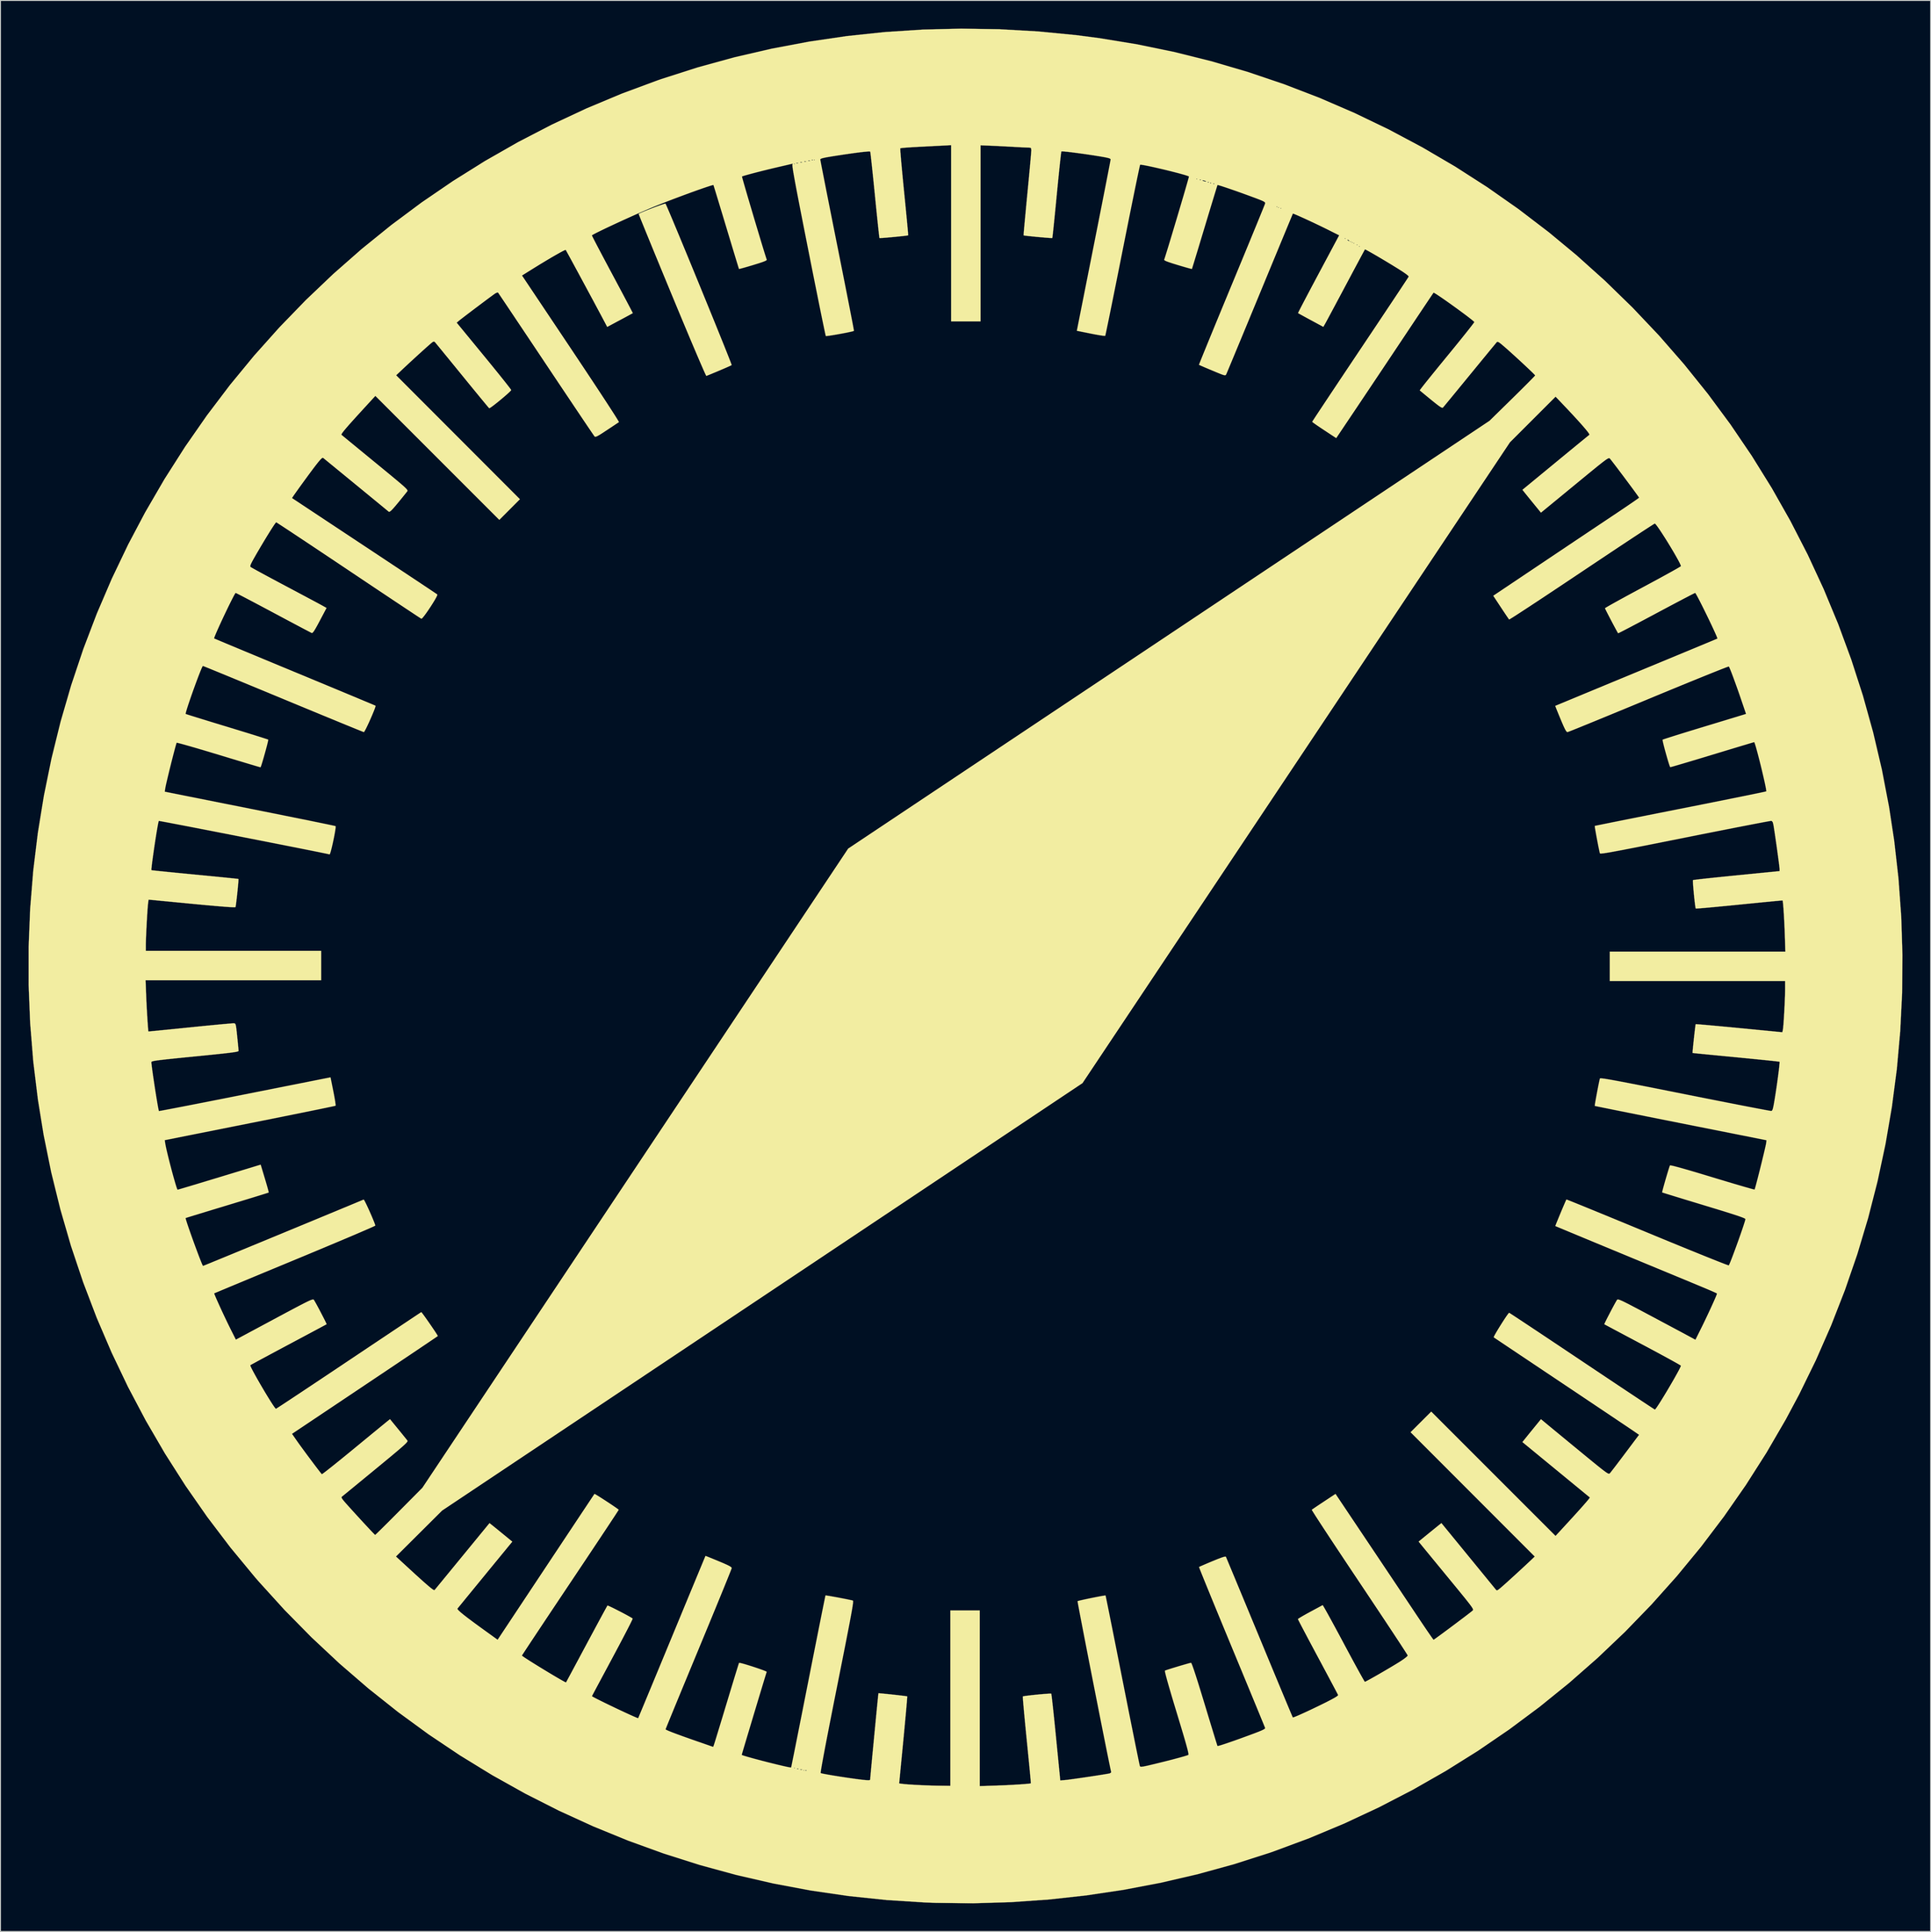
<source format=kicad_pcb>
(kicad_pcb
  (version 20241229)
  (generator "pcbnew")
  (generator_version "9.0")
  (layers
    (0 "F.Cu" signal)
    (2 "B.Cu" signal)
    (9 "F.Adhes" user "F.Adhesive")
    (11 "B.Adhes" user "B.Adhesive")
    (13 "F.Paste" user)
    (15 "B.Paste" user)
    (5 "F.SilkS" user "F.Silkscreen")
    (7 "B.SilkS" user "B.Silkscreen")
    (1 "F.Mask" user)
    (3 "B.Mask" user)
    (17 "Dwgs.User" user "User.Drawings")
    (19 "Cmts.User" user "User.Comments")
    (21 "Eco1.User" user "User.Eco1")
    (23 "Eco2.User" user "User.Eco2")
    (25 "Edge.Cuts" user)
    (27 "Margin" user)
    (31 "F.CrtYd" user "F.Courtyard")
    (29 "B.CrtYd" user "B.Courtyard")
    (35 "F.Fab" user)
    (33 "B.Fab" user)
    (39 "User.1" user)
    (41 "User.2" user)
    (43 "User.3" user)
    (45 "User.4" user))
  (footprint "safari_20x20_F"
    (layer "F.Cu")
    (at 99.968 99.986)
    (property "Reference" "safari_20x20_F" (at 0 0 0) (layer "F.SilkS") (effects (font (size 1.524 1.524) (thickness 0.3))))
    (attr through_hole)
    (fp_poly (pts (xy -31.962 -81.217) (xy -31.854 -80.977) (xy -31.694 -80.607) (xy -31.486 -80.118) (xy -31.235 -79.522) (xy -30.947 -78.833) (xy -30.625 -78.061) (xy -30.276 -77.22) (xy -29.904 -76.321) (xy -29.514 -75.378) (xy -29.112 -74.401) (xy -28.702 -73.403) (xy -28.289 -72.397) (xy -27.879 -71.395) (xy -27.476 -70.409) (xy -27.085 -69.45) (xy -26.712 -68.533) (xy -26.361 -67.667) (xy -26.038 -66.867) (xy -25.746 -66.144) (xy -25.493 -65.51) (xy -25.282 -64.978) (xy -25.118 -64.559) (xy -25.007 -64.267) (xy -24.953 -64.112) (xy -24.949 -64.091) (xy -25.042 -64.043) (xy -25.261 -63.943) (xy -25.578 -63.803) (xy -25.963 -63.637) (xy -26.387 -63.457) (xy -26.819 -63.276) (xy -27.23 -63.106) (xy -27.591 -62.96) (xy -27.647 -62.938) (xy -27.691 -63.01) (xy -27.795 -63.228) (xy -27.955 -63.584) (xy -28.166 -64.067) (xy -28.426 -64.668) (xy -28.729 -65.377) (xy -29.072 -66.183) (xy -29.45 -67.078) (xy -29.859 -68.052) (xy -30.295 -69.094) (xy -30.754 -70.195) (xy -31.232 -71.346) (xy -31.316 -71.548) (xy -31.791 -72.698) (xy -32.248 -73.802) (xy -32.681 -74.853) (xy -33.088 -75.839) (xy -33.463 -76.751) (xy -33.802 -77.579) (xy -34.102 -78.312) (xy -34.359 -78.941) (xy -34.568 -79.456) (xy -34.725 -79.847) (xy -34.826 -80.103) (xy -34.868 -80.215) (xy -34.868 -80.219) (xy -34.753 -80.284) (xy -34.517 -80.391) (xy -34.193 -80.527) (xy -33.81 -80.68) (xy -33.4 -80.84) (xy -32.993 -80.993) (xy -32.62 -81.129) (xy -32.311 -81.236) (xy -32.098 -81.301) (xy -32.011 -81.314) (xy -31.962 -81.217)) (stroke (width 0.01) (type solid)) (fill yes) (layer "F.SilkS"))
    (fp_poly (pts (xy 3.638 -99.916) (xy 7.725 -99.686) (xy 11.806 -99.29) (xy 14.266 -98.97) (xy 18.297 -98.31) (xy 22.289 -97.487) (xy 26.238 -96.501) (xy 30.138 -95.357) (xy 33.984 -94.056) (xy 37.773 -92.599) (xy 41.498 -90.99) (xy 45.156 -89.231) (xy 48.74 -87.323) (xy 52.248 -85.269) (xy 55.672 -83.071) (xy 59.01 -80.732) (xy 62.255 -78.253) (xy 65.193 -75.819) (xy 68.255 -73.071) (xy 71.191 -70.212) (xy 73.999 -67.248) (xy 76.676 -64.181) (xy 79.221 -61.016) (xy 81.63 -57.758) (xy 83.901 -54.411) (xy 86.033 -50.978) (xy 88.023 -47.464) (xy 89.868 -43.874) (xy 91.567 -40.211) (xy 93.117 -36.48) (xy 94.516 -32.685) (xy 95.761 -28.831) (xy 96.85 -24.92) (xy 97.781 -20.959) (xy 98.552 -16.95) (xy 99.097 -13.377) (xy 99.558 -9.309) (xy 99.852 -5.236) (xy 99.98 -1.163) (xy 99.944 2.904) (xy 99.743 6.96) (xy 99.38 10.999) (xy 98.855 15.017) (xy 98.17 19.006) (xy 97.324 22.963) (xy 96.32 26.882) (xy 95.159 30.757) (xy 93.84 34.582) (xy 92.366 38.354) (xy 90.737 42.065) (xy 88.955 45.71) (xy 87.533 48.372) (xy 85.469 51.922) (xy 83.27 55.372) (xy 80.939 58.721) (xy 78.481 61.964) (xy 75.9 65.098) (xy 73.198 68.121) (xy 70.381 71.028) (xy 67.452 73.816) (xy 64.414 76.482) (xy 61.272 79.024) (xy 58.03 81.437) (xy 54.691 83.719) (xy 51.26 85.866) (xy 47.74 87.875) (xy 44.134 89.742) (xy 40.448 91.465) (xy 36.684 93.041) (xy 32.848 94.465) (xy 32.427 94.61) (xy 28.636 95.823) (xy 24.776 96.884) (xy 20.861 97.793) (xy 16.901 98.548) (xy 12.908 99.146) (xy 8.894 99.587) (xy 4.871 99.868) (xy 0.851 99.987) (xy -3.154 99.944) (xy -4.311 99.901) (xy -8.415 99.639) (xy -12.487 99.212) (xy -16.522 98.623) (xy -20.516 97.872) (xy -24.464 96.963) (xy -28.364 95.897) (xy -32.209 94.676) (xy -35.997 93.303) (xy -39.723 91.779) (xy -43.383 90.106) (xy -46.973 88.287) (xy -50.487 86.323) (xy -51.326 85.81) (xy -17.272 85.81) (xy -17.23 85.852) (xy -17.187 85.81) (xy -17.201 85.796) (xy -17.074 85.796) (xy -17.063 85.846) (xy -17.018 85.852) (xy -16.948 85.821) (xy -16.962 85.796) (xy -17.062 85.785) (xy -17.074 85.796) (xy -17.201 85.796) (xy -17.23 85.767) (xy -17.272 85.81) (xy -51.326 85.81) (xy -51.436 85.742) (xy -17.642 85.742) (xy -17.526 85.754) (xy -17.406 85.741) (xy -17.42 85.711) (xy -17.594 85.7) (xy -17.632 85.711) (xy -17.642 85.742) (xy -51.436 85.742) (xy -51.566 85.662) (xy -17.997 85.662) (xy -17.914 85.676) (xy -17.804 85.66) (xy -17.803 85.632) (xy -17.916 85.611) (xy -17.965 85.625) (xy -17.997 85.662) (xy -51.566 85.662) (xy -51.74 85.556) (xy -18.288 85.556) (xy -18.246 85.598) (xy -18.203 85.556) (xy -18.246 85.513) (xy -18.288 85.556) (xy -51.74 85.556) (xy -53.924 84.217) (xy -57.277 81.971) (xy -60.543 79.586) (xy -63.717 77.064) (xy -66.796 74.408) (xy -69.776 71.62) (xy -72.651 68.702) (xy -75.418 65.656) (xy -75.819 65.193) (xy -77.633 62.997) (xy -60.77 62.997) (xy -59.405 64.253) (xy -58.723 64.879) (xy -58.154 65.394) (xy -57.691 65.807) (xy -57.325 66.124) (xy -57.047 66.354) (xy -56.849 66.503) (xy -56.722 66.578) (xy -56.657 66.587) (xy -56.652 66.582) (xy -56.587 66.504) (xy -56.424 66.307) (xy -56.175 66.004) (xy -55.848 65.606) (xy -55.455 65.127) (xy -55.004 64.578) (xy -54.507 63.972) (xy -53.972 63.321) (xy -53.684 62.97) (xy -50.784 59.434) (xy -50.388 59.753) (xy -50.161 59.936) (xy -49.847 60.191) (xy -49.49 60.483) (xy -49.172 60.742) (xy -48.354 61.413) (xy -48.674 61.8) (xy -48.837 61.998) (xy -49.081 62.296) (xy -49.396 62.679) (xy -49.768 63.133) (xy -50.186 63.642) (xy -50.636 64.19) (xy -51.106 64.764) (xy -51.583 65.347) (xy -52.057 65.925) (xy -52.513 66.482) (xy -52.94 67.003) (xy -53.325 67.473) (xy -53.655 67.878) (xy -53.919 68.201) (xy -54.104 68.427) (xy -54.198 68.543) (xy -54.206 68.553) (xy -54.192 68.626) (xy -54.078 68.759) (xy -53.859 68.96) (xy -53.528 69.231) (xy -53.079 69.579) (xy -52.506 70.007) (xy -51.803 70.522) (xy -51.241 70.928) (xy -49.92 71.88) (xy -44.764 64.113) (xy -44.077 63.078) (xy -43.416 62.084) (xy -42.788 61.138) (xy -42.198 60.251) (xy -41.653 59.43) (xy -41.159 58.686) (xy -40.72 58.027) (xy -40.344 57.462) (xy -40.037 57) (xy -39.804 56.65) (xy -39.652 56.422) (xy -39.586 56.324) (xy -39.584 56.321) (xy -39.508 56.355) (xy -39.319 56.466) (xy -39.045 56.636) (xy -38.712 56.848) (xy -38.348 57.084) (xy -37.98 57.326) (xy -37.635 57.557) (xy -37.341 57.758) (xy -37.124 57.911) (xy -37.012 58) (xy -37.002 58.012) (xy -37.048 58.089) (xy -37.182 58.297) (xy -37.398 58.628) (xy -37.691 59.072) (xy -38.053 59.621) (xy -38.48 60.265) (xy -38.965 60.995) (xy -39.502 61.802) (xy -40.085 62.677) (xy -40.708 63.611) (xy -41.366 64.595) (xy -42.051 65.62) (xy -42.164 65.789) (xy -42.853 66.819) (xy -43.515 67.81) (xy -44.145 68.753) (xy -44.735 69.638) (xy -45.28 70.457) (xy -45.774 71.2) (xy -46.211 71.859) (xy -46.585 72.423) (xy -46.889 72.885) (xy -47.119 73.234) (xy -47.267 73.463) (xy -47.327 73.562) (xy -47.329 73.565) (xy -47.26 73.627) (xy -47.066 73.762) (xy -46.769 73.957) (xy -46.39 74.199) (xy -45.948 74.476) (xy -45.465 74.774) (xy -44.962 75.081) (xy -44.46 75.385) (xy -43.979 75.673) (xy -43.54 75.932) (xy -43.163 76.149) (xy -42.871 76.313) (xy -42.683 76.409) (xy -42.621 76.429) (xy -42.579 76.354) (xy -42.464 76.142) (xy -42.285 75.809) (xy -42.047 75.367) (xy -41.759 74.83) (xy -41.427 74.212) (xy -41.06 73.526) (xy -40.664 72.787) (xy -40.429 72.348) (xy -40.018 71.582) (xy -39.631 70.862) (xy -39.275 70.2) (xy -38.957 69.611) (xy -38.684 69.108) (xy -38.465 68.706) (xy -38.306 68.418) (xy -38.216 68.258) (xy -38.198 68.229) (xy -38.114 68.253) (xy -37.911 68.343) (xy -37.617 68.483) (xy -37.264 68.66) (xy -36.878 68.857) (xy -36.491 69.059) (xy -36.131 69.252) (xy -35.828 69.42) (xy -35.61 69.547) (xy -35.511 69.617) (xy -35.539 69.7) (xy -35.642 69.918) (xy -35.81 70.257) (xy -36.038 70.704) (xy -36.318 71.245) (xy -36.644 71.867) (xy -37.007 72.556) (xy -37.402 73.297) (xy -37.646 73.754) (xy -38.057 74.521) (xy -38.444 75.243) (xy -38.8 75.906) (xy -39.116 76.497) (xy -39.386 77.002) (xy -39.602 77.407) (xy -39.757 77.698) (xy -39.843 77.862) (xy -39.859 77.893) (xy -39.793 77.943) (xy -39.594 78.053) (xy -39.286 78.213) (xy -38.889 78.411) (xy -38.427 78.639) (xy -37.92 78.884) (xy -37.392 79.137) (xy -36.863 79.387) (xy -36.356 79.624) (xy -35.894 79.837) (xy -35.497 80.016) (xy -35.188 80.15) (xy -34.988 80.229) (xy -34.921 80.245) (xy -34.887 80.165) (xy -34.792 79.939) (xy -34.64 79.576) (xy -34.437 79.087) (xy -34.185 78.482) (xy -33.889 77.77) (xy -33.553 76.961) (xy -33.182 76.066) (xy -32.779 75.095) (xy -32.349 74.057) (xy -31.896 72.963) (xy -31.424 71.823) (xy -31.326 71.586) (xy -30.85 70.437) (xy -30.393 69.333) (xy -29.959 68.283) (xy -29.551 67.298) (xy -29.173 66.388) (xy -28.831 65.562) (xy -28.527 64.83) (xy -28.267 64.203) (xy -28.054 63.69) (xy -27.893 63.302) (xy -27.787 63.048) (xy -27.741 62.939) (xy -27.739 62.935) (xy -27.661 62.961) (xy -27.452 63.043) (xy -27.137 63.17) (xy -26.741 63.332) (xy -26.331 63.502) (xy -25.81 63.722) (xy -25.429 63.893) (xy -25.171 64.023) (xy -25.017 64.123) (xy -24.951 64.2) (xy -24.944 64.236) (xy -24.978 64.333) (xy -25.072 64.577) (xy -25.223 64.956) (xy -25.426 65.46) (xy -25.677 66.08) (xy -25.973 66.805) (xy -26.309 67.624) (xy -26.68 68.528) (xy -27.083 69.506) (xy -27.513 70.547) (xy -27.966 71.642) (xy -28.438 72.78) (xy -28.479 72.881) (xy -28.952 74.02) (xy -29.406 75.116) (xy -29.837 76.157) (xy -30.242 77.135) (xy -30.615 78.038) (xy -30.953 78.857) (xy -31.251 79.581) (xy -31.505 80.201) (xy -31.712 80.706) (xy -31.867 81.086) (xy -31.965 81.331) (xy -32.003 81.431) (xy -32.003 81.432) (xy -31.923 81.491) (xy -31.684 81.599) (xy -31.291 81.757) (xy -30.747 81.962) (xy -30.054 82.214) (xy -29.216 82.511) (xy -28.594 82.728) (xy -26.919 83.31) (xy -26.843 83.109) (xy -26.804 82.991) (xy -26.721 82.726) (xy -26.599 82.332) (xy -26.443 81.823) (xy -26.257 81.216) (xy -26.047 80.526) (xy -25.817 79.769) (xy -25.573 78.962) (xy -25.476 78.644) (xy -25.229 77.828) (xy -24.997 77.062) (xy -24.783 76.361) (xy -24.594 75.74) (xy -24.432 75.215) (xy -24.304 74.8) (xy -24.213 74.51) (xy -24.165 74.361) (xy -24.158 74.344) (xy -24.066 74.348) (xy -23.848 74.399) (xy -23.533 74.486) (xy -23.154 74.601) (xy -22.739 74.731) (xy -22.321 74.869) (xy -21.93 75.003) (xy -21.596 75.124) (xy -21.35 75.222) (xy -21.223 75.287) (xy -21.213 75.302) (xy -21.259 75.447) (xy -21.346 75.729) (xy -21.469 76.13) (xy -21.621 76.632) (xy -21.798 77.217) (xy -21.995 77.866) (xy -22.205 78.563) (xy -22.423 79.288) (xy -22.645 80.023) (xy -22.863 80.751) (xy -23.074 81.454) (xy -23.272 82.113) (xy -23.45 82.71) (xy -23.605 83.228) (xy -23.73 83.648) (xy -23.819 83.953) (xy -23.868 84.124) (xy -23.876 84.154) (xy -23.798 84.196) (xy -23.578 84.27) (xy -23.241 84.371) (xy -22.811 84.492) (xy -22.311 84.628) (xy -21.765 84.772) (xy -21.197 84.919) (xy -20.631 85.061) (xy -20.09 85.194) (xy -19.598 85.311) (xy -19.179 85.406) (xy -18.857 85.472) (xy -18.656 85.505) (xy -18.598 85.503) (xy -18.579 85.417) (xy -18.529 85.176) (xy -18.451 84.79) (xy -18.346 84.27) (xy -18.217 83.626) (xy -18.066 82.87) (xy -17.895 82.011) (xy -17.706 81.061) (xy -17.501 80.03) (xy -17.283 78.928) (xy -17.053 77.767) (xy -16.813 76.557) (xy -16.768 76.327) (xy -16.527 75.109) (xy -16.295 73.938) (xy -16.074 72.824) (xy -15.866 71.779) (xy -15.673 70.812) (xy -15.498 69.936) (xy -15.343 69.159) (xy -15.209 68.493) (xy -15.099 67.949) (xy -15.015 67.538) (xy -14.959 67.269) (xy -14.934 67.153) (xy -14.932 67.149) (xy -14.847 67.156) (xy -14.628 67.189) (xy -14.309 67.244) (xy -13.921 67.314) (xy -13.497 67.393) (xy -13.07 67.475) (xy -12.673 67.553) (xy -12.337 67.623) (xy -12.096 67.676) (xy -12.015 67.697) (xy -11.998 67.721) (xy -11.99 67.784) (xy -11.995 67.897) (xy -12.013 68.066) (xy -12.047 68.302) (xy -12.097 68.613) (xy -12.166 69.008) (xy -12.255 69.494) (xy -12.366 70.082) (xy -12.5 70.78) (xy -12.659 71.596) (xy -12.844 72.539) (xy -13.058 73.619) (xy -13.301 74.843) (xy -13.575 76.22) (xy -13.706 76.877) (xy -14.021 78.456) (xy -14.305 79.895) (xy -14.56 81.19) (xy -14.783 82.341) (xy -14.976 83.343) (xy -15.136 84.194) (xy -15.264 84.892) (xy -15.36 85.434) (xy -15.422 85.817) (xy -15.451 86.039) (xy -15.449 86.099) (xy -15.347 86.133) (xy -15.102 86.185) (xy -14.742 86.252) (xy -14.291 86.331) (xy -13.776 86.415) (xy -13.223 86.502) (xy -12.658 86.588) (xy -12.106 86.668) (xy -11.594 86.739) (xy -11.147 86.795) (xy -10.792 86.834) (xy -10.774 86.836) (xy -10.457 86.861) (xy -10.273 86.861) (xy -10.186 86.83) (xy -10.161 86.761) (xy -10.161 86.732) (xy -10.153 86.622) (xy -10.131 86.365) (xy -10.096 85.98) (xy -10.051 85.486) (xy -9.996 84.901) (xy -9.935 84.244) (xy -9.867 83.535) (xy -9.796 82.791) (xy -9.724 82.031) (xy -9.651 81.275) (xy -9.58 80.54) (xy -9.513 79.846) (xy -9.451 79.212) (xy -9.396 78.655) (xy -9.35 78.196) (xy -9.315 77.852) (xy -9.292 77.643) (xy -9.284 77.584) (xy -9.198 77.586) (xy -8.976 77.604) (xy -8.65 77.635) (xy -8.255 77.675) (xy -7.822 77.72) (xy -7.383 77.768) (xy -6.971 77.815) (xy -6.62 77.857) (xy -6.361 77.89) (xy -6.226 77.912) (xy -6.215 77.915) (xy -6.217 78.004) (xy -6.233 78.245) (xy -6.264 78.624) (xy -6.307 79.126) (xy -6.361 79.734) (xy -6.426 80.434) (xy -6.498 81.211) (xy -6.577 82.048) (xy -6.628 82.576) (xy -7.075 87.202) (xy -6.734 87.249) (xy -6.432 87.282) (xy -5.996 87.315) (xy -5.462 87.349) (xy -4.864 87.38) (xy -4.238 87.408) (xy -3.619 87.43) (xy -3.043 87.444) (xy -2.773 87.448) (xy -1.609 87.461) (xy -1.609 68.749) (xy 1.524 68.749) (xy 1.524 87.488) (xy 3.281 87.431) (xy 3.879 87.409) (xy 4.486 87.382) (xy 5.078 87.351) (xy 5.631 87.318) (xy 6.12 87.285) (xy 6.522 87.252) (xy 6.812 87.223) (xy 6.965 87.197) (xy 6.983 87.189) (xy 6.979 87.103) (xy 6.958 86.863) (xy 6.924 86.486) (xy 6.877 85.986) (xy 6.819 85.38) (xy 6.751 84.682) (xy 6.674 83.907) (xy 6.591 83.072) (xy 6.54 82.566) (xy 6.454 81.702) (xy 6.375 80.889) (xy 6.304 80.143) (xy 6.242 79.479) (xy 6.192 78.913) (xy 6.154 78.461) (xy 6.129 78.136) (xy 6.12 77.956) (xy 6.122 77.924) (xy 6.221 77.897) (xy 6.454 77.862) (xy 6.788 77.82) (xy 7.19 77.775) (xy 7.625 77.73) (xy 8.062 77.69) (xy 8.467 77.656) (xy 8.805 77.632) (xy 9.045 77.622) (xy 9.153 77.628) (xy 9.155 77.629) (xy 9.173 77.721) (xy 9.205 77.966) (xy 9.251 78.348) (xy 9.307 78.853) (xy 9.373 79.464) (xy 9.447 80.166) (xy 9.527 80.943) (xy 9.612 81.781) (xy 9.662 82.285) (xy 10.116 86.889) (xy 10.71 86.834) (xy 10.945 86.808) (xy 11.308 86.76) (xy 11.767 86.697) (xy 12.294 86.621) (xy 12.86 86.538) (xy 13.433 86.452) (xy 13.986 86.368) (xy 14.488 86.289) (xy 14.909 86.221) (xy 15.221 86.167) (xy 15.391 86.134) (xy 15.536 86.048) (xy 15.544 85.948) (xy 15.51 85.806) (xy 15.448 85.515) (xy 15.359 85.089) (xy 15.247 84.541) (xy 15.114 83.883) (xy 14.962 83.129) (xy 14.794 82.291) (xy 14.613 81.383) (xy 14.421 80.417) (xy 14.221 79.408) (xy 14.015 78.366) (xy 13.806 77.307) (xy 13.596 76.241) (xy 13.388 75.184) (xy 13.185 74.147) (xy 12.989 73.143) (xy 12.803 72.186) (xy 12.628 71.289) (xy 12.469 70.464) (xy 12.327 69.725) (xy 12.204 69.084) (xy 12.104 68.555) (xy 12.029 68.151) (xy 11.982 67.884) (xy 11.964 67.767) (xy 11.965 67.763) (xy 12.06 67.73) (xy 12.287 67.674) (xy 12.612 67.6) (xy 13.005 67.516) (xy 13.432 67.427) (xy 13.86 67.341) (xy 14.258 67.264) (xy 14.592 67.203) (xy 14.831 67.164) (xy 14.942 67.155) (xy 14.945 67.156) (xy 14.965 67.241) (xy 15.015 67.482) (xy 15.095 67.867) (xy 15.2 68.386) (xy 15.33 69.029) (xy 15.481 69.784) (xy 15.653 70.64) (xy 15.843 71.588) (xy 16.048 72.617) (xy 16.266 73.715) (xy 16.496 74.871) (xy 16.735 76.077) (xy 16.76 76.201) (xy 17 77.413) (xy 17.232 78.579) (xy 17.453 79.69) (xy 17.662 80.733) (xy 17.856 81.698) (xy 18.032 82.575) (xy 18.189 83.351) (xy 18.325 84.017) (xy 18.436 84.561) (xy 18.522 84.972) (xy 18.579 85.24) (xy 18.607 85.354) (xy 18.607 85.356) (xy 18.644 85.403) (xy 18.717 85.425) (xy 18.85 85.421) (xy 19.067 85.386) (xy 19.389 85.318) (xy 19.839 85.213) (xy 20.151 85.138) (xy 20.89 84.957) (xy 21.586 84.783) (xy 22.22 84.619) (xy 22.773 84.471) (xy 23.226 84.345) (xy 23.559 84.245) (xy 23.754 84.177) (xy 23.787 84.161) (xy 23.802 84.111) (xy 23.79 83.988) (xy 23.748 83.782) (xy 23.673 83.481) (xy 23.564 83.077) (xy 23.416 82.557) (xy 23.227 81.913) (xy 22.994 81.134) (xy 22.714 80.209) (xy 22.547 79.66) (xy 22.22 78.581) (xy 21.941 77.645) (xy 21.709 76.854) (xy 21.527 76.212) (xy 21.395 75.721) (xy 21.313 75.384) (xy 21.282 75.204) (xy 21.287 75.173) (xy 21.406 75.126) (xy 21.651 75.044) (xy 21.988 74.937) (xy 22.384 74.815) (xy 22.804 74.688) (xy 23.214 74.568) (xy 23.579 74.463) (xy 23.865 74.384) (xy 24.039 74.342) (xy 24.07 74.337) (xy 24.123 74.419) (xy 24.221 74.663) (xy 24.365 75.071) (xy 24.554 75.641) (xy 24.788 76.374) (xy 25.067 77.27) (xy 25.391 78.328) (xy 25.523 78.761) (xy 25.775 79.592) (xy 26.012 80.373) (xy 26.231 81.09) (xy 26.426 81.727) (xy 26.592 82.27) (xy 26.726 82.704) (xy 26.823 83.014) (xy 26.878 83.185) (xy 26.888 83.215) (xy 26.981 83.204) (xy 27.217 83.139) (xy 27.582 83.023) (xy 28.062 82.861) (xy 28.641 82.66) (xy 29.306 82.423) (xy 30.042 82.155) (xy 30.296 82.062) (xy 30.881 81.844) (xy 31.322 81.673) (xy 31.635 81.541) (xy 31.839 81.44) (xy 31.948 81.364) (xy 31.981 81.304) (xy 31.979 81.29) (xy 31.942 81.195) (xy 31.845 80.954) (xy 31.69 80.576) (xy 31.484 80.074) (xy 31.23 79.455) (xy 30.931 78.732) (xy 30.594 77.914) (xy 30.221 77.011) (xy 29.817 76.034) (xy 29.386 74.993) (xy 28.932 73.898) (xy 28.46 72.76) (xy 28.416 72.652) (xy 27.944 71.512) (xy 27.491 70.417) (xy 27.061 69.376) (xy 26.659 68.4) (xy 26.288 67.498) (xy 25.954 66.68) (xy 25.658 65.958) (xy 25.407 65.34) (xy 25.204 64.837) (xy 25.053 64.459) (xy 24.959 64.216) (xy 24.925 64.118) (xy 24.925 64.116) (xy 25.01 64.074) (xy 25.226 63.978) (xy 25.547 63.839) (xy 25.948 63.669) (xy 26.344 63.502) (xy 26.908 63.272) (xy 27.327 63.114) (xy 27.608 63.026) (xy 27.757 63.006) (xy 27.784 63.021) (xy 27.823 63.11) (xy 27.923 63.347) (xy 28.079 63.719) (xy 28.287 64.217) (xy 28.543 64.831) (xy 28.843 65.55) (xy 29.181 66.365) (xy 29.555 67.264) (xy 29.96 68.239) (xy 30.391 69.278) (xy 30.844 70.371) (xy 31.316 71.509) (xy 31.363 71.623) (xy 31.836 72.763) (xy 32.29 73.859) (xy 32.723 74.901) (xy 33.129 75.878) (xy 33.505 76.781) (xy 33.846 77.599) (xy 34.148 78.323) (xy 34.407 78.941) (xy 34.618 79.445) (xy 34.778 79.824) (xy 34.882 80.067) (xy 34.926 80.165) (xy 34.927 80.167) (xy 35.018 80.149) (xy 35.242 80.064) (xy 35.581 79.921) (xy 36.015 79.727) (xy 36.527 79.491) (xy 37.096 79.223) (xy 37.706 78.929) (xy 38.337 78.619) (xy 38.467 78.554) (xy 39.027 78.267) (xy 39.43 78.044) (xy 39.676 77.884) (xy 39.767 77.787) (xy 39.766 77.775) (xy 39.719 77.681) (xy 39.599 77.452) (xy 39.415 77.103) (xy 39.173 76.647) (xy 38.881 76.098) (xy 38.547 75.472) (xy 38.178 74.781) (xy 37.782 74.041) (xy 37.599 73.701) (xy 37.195 72.945) (xy 36.816 72.235) (xy 36.469 71.583) (xy 36.163 71.003) (xy 35.904 70.511) (xy 35.699 70.119) (xy 35.557 69.842) (xy 35.484 69.694) (xy 35.475 69.673) (xy 35.546 69.614) (xy 35.743 69.49) (xy 36.041 69.315) (xy 36.416 69.104) (xy 36.767 68.913) (xy 37.191 68.684) (xy 37.564 68.484) (xy 37.859 68.325) (xy 38.051 68.221) (xy 38.113 68.187) (xy 38.162 68.254) (xy 38.283 68.457) (xy 38.468 68.783) (xy 38.711 69.218) (xy 39.003 69.75) (xy 39.337 70.364) (xy 39.707 71.047) (xy 40.104 71.786) (xy 40.357 72.26) (xy 40.768 73.028) (xy 41.156 73.749) (xy 41.514 74.411) (xy 41.835 74.998) (xy 42.111 75.498) (xy 42.335 75.897) (xy 42.498 76.182) (xy 42.595 76.339) (xy 42.617 76.366) (xy 42.714 76.326) (xy 42.933 76.212) (xy 43.25 76.038) (xy 43.644 75.817) (xy 44.09 75.562) (xy 44.566 75.287) (xy 45.048 75.004) (xy 45.514 74.728) (xy 45.94 74.472) (xy 46.303 74.248) (xy 46.397 74.188) (xy 46.736 73.962) (xy 46.997 73.765) (xy 47.156 73.618) (xy 47.192 73.552) (xy 47.144 73.467) (xy 47.008 73.249) (xy 46.79 72.91) (xy 46.496 72.457) (xy 46.131 71.901) (xy 45.703 71.251) (xy 45.216 70.514) (xy 44.678 69.702) (xy 44.093 68.823) (xy 43.469 67.886) (xy 42.812 66.9) (xy 42.126 65.875) (xy 42.041 65.747) (xy 41.354 64.72) (xy 40.695 63.732) (xy 40.07 62.792) (xy 39.484 61.91) (xy 38.945 61.095) (xy 38.458 60.355) (xy 38.028 59.7) (xy 37.662 59.138) (xy 37.366 58.68) (xy 37.146 58.334) (xy 37.007 58.109) (xy 36.956 58.014) (xy 36.956 58.011) (xy 37.043 57.948) (xy 37.246 57.808) (xy 37.543 57.608) (xy 37.909 57.363) (xy 38.25 57.138) (xy 39.486 56.321) (xy 42.955 61.498) (xy 43.577 62.426) (xy 44.215 63.379) (xy 44.856 64.337) (xy 45.488 65.28) (xy 46.096 66.189) (xy 46.667 67.044) (xy 47.189 67.825) (xy 47.649 68.512) (xy 48.032 69.087) (xy 48.16 69.278) (xy 48.555 69.869) (xy 48.922 70.413) (xy 49.248 70.894) (xy 49.525 71.297) (xy 49.741 71.606) (xy 49.885 71.806) (xy 49.947 71.882) (xy 49.948 71.882) (xy 50.027 71.833) (xy 50.22 71.697) (xy 50.508 71.489) (xy 50.87 71.224) (xy 51.285 70.917) (xy 51.734 70.583) (xy 52.197 70.237) (xy 52.653 69.894) (xy 53.082 69.571) (xy 53.463 69.281) (xy 53.777 69.04) (xy 54.003 68.862) (xy 54.121 68.764) (xy 54.125 68.76) (xy 54.156 68.721) (xy 54.166 68.669) (xy 54.146 68.594) (xy 54.089 68.483) (xy 53.985 68.324) (xy 53.827 68.108) (xy 53.604 67.82) (xy 53.31 67.451) (xy 52.934 66.988) (xy 52.47 66.42) (xy 51.907 65.734) (xy 51.807 65.613) (xy 51.281 64.973) (xy 50.772 64.353) (xy 50.292 63.77) (xy 49.856 63.239) (xy 49.477 62.777) (xy 49.169 62.402) (xy 48.945 62.129) (xy 48.846 62.009) (xy 48.353 61.407) (xy 49.171 60.739) (xy 49.532 60.445) (xy 49.887 60.157) (xy 50.194 59.908) (xy 50.388 59.752) (xy 50.786 59.433) (xy 53.608 62.881) (xy 54.153 63.546) (xy 54.668 64.176) (xy 55.143 64.756) (xy 55.567 65.275) (xy 55.931 65.72) (xy 56.223 66.077) (xy 56.433 66.334) (xy 56.55 66.477) (xy 56.569 66.5) (xy 56.653 66.591) (xy 56.734 66.609) (xy 56.855 66.542) (xy 57.06 66.38) (xy 57.077 66.366) (xy 57.266 66.203) (xy 57.556 65.947) (xy 57.923 65.617) (xy 58.343 65.236) (xy 58.793 64.825) (xy 59.25 64.405) (xy 59.69 63.998) (xy 60.089 63.624) (xy 60.239 63.483) (xy 60.748 63.001) (xy 54.123 56.371) (xy 47.497 49.74) (xy 48.599 48.641) (xy 49.7 47.542) (xy 56.333 54.174) (xy 62.965 60.805) (xy 64.237 59.422) (xy 64.861 58.741) (xy 65.4 58.147) (xy 65.847 57.646) (xy 66.198 57.245) (xy 66.448 56.949) (xy 66.591 56.764) (xy 66.623 56.696) (xy 66.554 56.639) (xy 66.365 56.485) (xy 66.069 56.242) (xy 65.679 55.922) (xy 65.206 55.533) (xy 64.662 55.086) (xy 64.059 54.591) (xy 63.409 54.057) (xy 63.01 53.73) (xy 59.43 50.789) (xy 59.751 50.389) (xy 59.935 50.161) (xy 60.19 49.845) (xy 60.482 49.487) (xy 60.74 49.17) (xy 61.409 48.351) (xy 62.052 48.885) (xy 62.254 49.053) (xy 62.57 49.313) (xy 62.982 49.653) (xy 63.474 50.058) (xy 64.028 50.514) (xy 64.628 51.008) (xy 65.256 51.524) (xy 65.652 51.85) (xy 66.351 52.424) (xy 66.932 52.899) (xy 67.405 53.283) (xy 67.783 53.586) (xy 68.078 53.815) (xy 68.301 53.98) (xy 68.464 54.088) (xy 68.578 54.149) (xy 68.657 54.171) (xy 68.71 54.163) (xy 68.751 54.133) (xy 68.757 54.128) (xy 68.845 54.022) (xy 69.019 53.8) (xy 69.267 53.479) (xy 69.573 53.078) (xy 69.923 52.616) (xy 70.304 52.111) (xy 70.391 51.995) (xy 71.878 50.014) (xy 71.266 49.592) (xy 71.11 49.486) (xy 70.824 49.293) (xy 70.418 49.02) (xy 69.902 48.674) (xy 69.288 48.262) (xy 68.586 47.791) (xy 67.805 47.268) (xy 66.957 46.7) (xy 66.053 46.094) (xy 65.102 45.457) (xy 64.115 44.797) (xy 63.549 44.418) (xy 62.56 43.757) (xy 61.61 43.122) (xy 60.71 42.52) (xy 59.868 41.956) (xy 59.093 41.439) (xy 58.396 40.972) (xy 57.786 40.565) (xy 57.273 40.221) (xy 56.865 39.948) (xy 56.573 39.753) (xy 56.406 39.641) (xy 56.369 39.616) (xy 56.391 39.536) (xy 56.491 39.342) (xy 56.651 39.063) (xy 56.853 38.725) (xy 57.081 38.357) (xy 57.316 37.985) (xy 57.543 37.637) (xy 57.743 37.34) (xy 57.9 37.122) (xy 57.996 37.01) (xy 58.012 37.001) (xy 58.089 37.047) (xy 58.297 37.181) (xy 58.628 37.398) (xy 59.072 37.69) (xy 59.621 38.053) (xy 60.265 38.48) (xy 60.995 38.965) (xy 61.802 39.502) (xy 62.677 40.085) (xy 63.611 40.708) (xy 64.595 41.366) (xy 65.62 42.051) (xy 65.789 42.164) (xy 66.819 42.853) (xy 67.811 43.515) (xy 68.753 44.145) (xy 69.639 44.735) (xy 70.457 45.28) (xy 71.201 45.774) (xy 71.859 46.211) (xy 72.424 46.585) (xy 72.885 46.889) (xy 73.235 47.119) (xy 73.464 47.267) (xy 73.563 47.327) (xy 73.566 47.329) (xy 73.639 47.258) (xy 73.782 47.061) (xy 73.982 46.76) (xy 74.227 46.374) (xy 74.503 45.927) (xy 74.799 45.438) (xy 75.1 44.931) (xy 75.396 44.425) (xy 75.672 43.944) (xy 75.917 43.507) (xy 76.118 43.137) (xy 76.261 42.854) (xy 76.335 42.681) (xy 76.341 42.64) (xy 76.261 42.583) (xy 76.045 42.455) (xy 75.707 42.264) (xy 75.26 42.016) (xy 74.719 41.72) (xy 74.097 41.383) (xy 73.408 41.012) (xy 72.666 40.615) (xy 72.251 40.395) (xy 71.487 39.989) (xy 70.769 39.607) (xy 70.11 39.257) (xy 69.525 38.946) (xy 69.028 38.681) (xy 68.631 38.469) (xy 68.349 38.318) (xy 68.195 38.235) (xy 68.17 38.221) (xy 68.197 38.143) (xy 68.29 37.945) (xy 68.433 37.658) (xy 68.611 37.311) (xy 68.808 36.932) (xy 69.008 36.552) (xy 69.197 36.2) (xy 69.36 35.905) (xy 69.48 35.697) (xy 69.529 35.621) (xy 69.564 35.591) (xy 69.62 35.58) (xy 69.71 35.595) (xy 69.848 35.642) (xy 70.046 35.726) (xy 70.316 35.855) (xy 70.673 36.034) (xy 71.128 36.27) (xy 71.694 36.567) (xy 72.385 36.933) (xy 73.153 37.342) (xy 73.888 37.734) (xy 74.598 38.113) (xy 75.264 38.468) (xy 75.868 38.791) (xy 76.392 39.071) (xy 76.817 39.299) (xy 77.126 39.465) (xy 77.278 39.547) (xy 77.891 39.881) (xy 78.472 38.715) (xy 78.715 38.223) (xy 78.969 37.695) (xy 79.224 37.157) (xy 79.47 36.631) (xy 79.695 36.14) (xy 79.889 35.707) (xy 80.042 35.356) (xy 80.142 35.111) (xy 80.179 34.994) (xy 80.179 34.993) (xy 80.184 34.979) (xy 80.191 34.968) (xy 80.193 34.957) (xy 80.182 34.941) (xy 80.149 34.918) (xy 80.085 34.884) (xy 79.983 34.835) (xy 79.834 34.767) (xy 79.63 34.678) (xy 79.362 34.563) (xy 79.022 34.419) (xy 78.602 34.243) (xy 78.093 34.03) (xy 77.488 33.779) (xy 76.777 33.483) (xy 75.952 33.142) (xy 75.005 32.75) (xy 73.928 32.304) (xy 72.713 31.801) (xy 71.35 31.237) (xy 71.165 31.16) (xy 70.045 30.696) (xy 68.971 30.251) (xy 67.951 29.829) (xy 66.997 29.433) (xy 66.118 29.069) (xy 65.325 28.739) (xy 64.628 28.45) (xy 64.037 28.204) (xy 63.563 28.006) (xy 63.216 27.861) (xy 63.005 27.773) (xy 62.941 27.745) (xy 62.968 27.666) (xy 63.048 27.461) (xy 63.17 27.162) (xy 63.32 26.797) (xy 63.486 26.396) (xy 63.656 25.991) (xy 63.817 25.612) (xy 63.956 25.288) (xy 64.061 25.049) (xy 64.119 24.926) (xy 64.125 24.916) (xy 64.206 24.944) (xy 64.433 25.032) (xy 64.796 25.177) (xy 65.286 25.375) (xy 65.893 25.621) (xy 66.605 25.912) (xy 67.414 26.243) (xy 68.309 26.61) (xy 69.28 27.009) (xy 70.317 27.437) (xy 71.41 27.888) (xy 72.55 28.36) (xy 72.771 28.451) (xy 73.918 28.926) (xy 75.022 29.38) (xy 76.073 29.811) (xy 77.059 30.214) (xy 77.972 30.585) (xy 78.8 30.92) (xy 79.535 31.215) (xy 80.165 31.466) (xy 80.682 31.669) (xy 81.074 31.82) (xy 81.332 31.914) (xy 81.445 31.948) (xy 81.45 31.948) (xy 81.51 31.834) (xy 81.617 31.584) (xy 81.759 31.224) (xy 81.929 30.778) (xy 82.118 30.271) (xy 82.317 29.727) (xy 82.516 29.173) (xy 82.707 28.632) (xy 82.881 28.129) (xy 83.028 27.689) (xy 83.141 27.337) (xy 83.21 27.099) (xy 83.227 27.007) (xy 83.196 26.966) (xy 83.097 26.909) (xy 82.917 26.833) (xy 82.648 26.733) (xy 82.277 26.607) (xy 81.795 26.45) (xy 81.19 26.259) (xy 80.453 26.031) (xy 79.571 25.762) (xy 78.803 25.529) (xy 77.972 25.276) (xy 77.19 25.039) (xy 76.473 24.82) (xy 75.835 24.625) (xy 75.291 24.457) (xy 74.856 24.323) (xy 74.545 24.225) (xy 74.373 24.169) (xy 74.342 24.158) (xy 74.355 24.073) (xy 74.408 23.858) (xy 74.492 23.545) (xy 74.598 23.165) (xy 74.717 22.751) (xy 74.839 22.334) (xy 74.956 21.946) (xy 75.058 21.62) (xy 75.135 21.386) (xy 75.176 21.283) (xy 75.266 21.283) (xy 75.509 21.333) (xy 75.908 21.435) (xy 76.462 21.587) (xy 77.173 21.791) (xy 78.042 22.047) (xy 79.07 22.356) (xy 79.694 22.545) (xy 80.529 22.797) (xy 81.315 23.033) (xy 82.037 23.248) (xy 82.68 23.437) (xy 83.229 23.597) (xy 83.671 23.722) (xy 83.988 23.81) (xy 84.168 23.854) (xy 84.204 23.859) (xy 84.238 23.765) (xy 84.305 23.532) (xy 84.399 23.183) (xy 84.513 22.745) (xy 84.642 22.242) (xy 84.779 21.699) (xy 84.917 21.141) (xy 85.052 20.592) (xy 85.176 20.079) (xy 85.283 19.625) (xy 85.368 19.256) (xy 85.423 18.997) (xy 85.442 18.884) (xy 85.471 18.591) (xy 76.327 16.773) (xy 75.109 16.53) (xy 73.938 16.297) (xy 72.824 16.075) (xy 71.779 15.866) (xy 70.813 15.673) (xy 69.936 15.497) (xy 69.16 15.341) (xy 68.494 15.206) (xy 67.95 15.096) (xy 67.538 15.012) (xy 67.269 14.956) (xy 67.153 14.931) (xy 67.149 14.93) (xy 67.156 14.845) (xy 67.189 14.627) (xy 67.244 14.308) (xy 67.314 13.921) (xy 67.393 13.498) (xy 67.475 13.072) (xy 67.553 12.675) (xy 67.622 12.339) (xy 67.676 12.098) (xy 67.697 12.017) (xy 67.721 11.999) (xy 67.787 11.992) (xy 67.903 11.998) (xy 68.078 12.017) (xy 68.321 12.052) (xy 68.641 12.105) (xy 69.045 12.176) (xy 69.544 12.267) (xy 70.145 12.38) (xy 70.858 12.517) (xy 71.691 12.68) (xy 72.652 12.869) (xy 73.752 13.086) (xy 74.997 13.334) (xy 76.398 13.613) (xy 76.772 13.688) (xy 77.986 13.929) (xy 79.155 14.161) (xy 80.268 14.381) (xy 81.315 14.587) (xy 82.283 14.777) (xy 83.164 14.948) (xy 83.945 15.099) (xy 84.615 15.227) (xy 85.164 15.33) (xy 85.581 15.407) (xy 85.855 15.455) (xy 85.975 15.472) (xy 85.978 15.472) (xy 86.043 15.449) (xy 86.098 15.381) (xy 86.15 15.245) (xy 86.205 15.018) (xy 86.27 14.676) (xy 86.351 14.196) (xy 86.374 14.055) (xy 86.47 13.448) (xy 86.562 12.833) (xy 86.647 12.231) (xy 86.723 11.667) (xy 86.786 11.164) (xy 86.834 10.745) (xy 86.863 10.434) (xy 86.871 10.253) (xy 86.864 10.217) (xy 86.775 10.203) (xy 86.533 10.174) (xy 86.153 10.133) (xy 85.65 10.08) (xy 85.041 10.018) (xy 84.341 9.948) (xy 83.564 9.871) (xy 82.726 9.79) (xy 82.211 9.74) (xy 81.347 9.657) (xy 80.534 9.579) (xy 79.789 9.506) (xy 79.127 9.441) (xy 78.564 9.386) (xy 78.113 9.341) (xy 77.792 9.308) (xy 77.615 9.289) (xy 77.584 9.284) (xy 77.586 9.198) (xy 77.604 8.975) (xy 77.635 8.65) (xy 77.675 8.255) (xy 77.72 7.821) (xy 77.768 7.382) (xy 77.815 6.971) (xy 77.857 6.619) (xy 77.89 6.36) (xy 77.912 6.226) (xy 77.915 6.215) (xy 78.004 6.217) (xy 78.245 6.233) (xy 78.624 6.264) (xy 79.125 6.307) (xy 79.734 6.362) (xy 80.433 6.426) (xy 81.209 6.499) (xy 82.046 6.578) (xy 82.557 6.628) (xy 87.164 7.074) (xy 87.221 6.818) (xy 87.247 6.627) (xy 87.278 6.298) (xy 87.311 5.86) (xy 87.344 5.346) (xy 87.376 4.784) (xy 87.406 4.206) (xy 87.43 3.642) (xy 87.449 3.124) (xy 87.459 2.681) (xy 87.461 2.474) (xy 87.461 1.609) (xy 68.749 1.609) (xy 68.749 -1.524) (xy 87.488 -1.524) (xy 87.431 -3.281) (xy 87.409 -3.879) (xy 87.382 -4.486) (xy 87.351 -5.078) (xy 87.318 -5.631) (xy 87.285 -6.12) (xy 87.252 -6.522) (xy 87.223 -6.812) (xy 87.197 -6.965) (xy 87.189 -6.983) (xy 87.103 -6.979) (xy 86.863 -6.958) (xy 86.486 -6.924) (xy 85.986 -6.877) (xy 85.38 -6.819) (xy 84.682 -6.751) (xy 83.907 -6.674) (xy 83.072 -6.591) (xy 82.566 -6.54) (xy 81.702 -6.454) (xy 80.889 -6.375) (xy 80.143 -6.304) (xy 79.479 -6.242) (xy 78.913 -6.192) (xy 78.461 -6.154) (xy 78.136 -6.129) (xy 77.956 -6.12) (xy 77.924 -6.122) (xy 77.897 -6.221) (xy 77.862 -6.454) (xy 77.82 -6.788) (xy 77.775 -7.19) (xy 77.73 -7.625) (xy 77.69 -8.062) (xy 77.656 -8.467) (xy 77.632 -8.805) (xy 77.622 -9.045) (xy 77.628 -9.153) (xy 77.629 -9.155) (xy 77.721 -9.173) (xy 77.966 -9.205) (xy 78.348 -9.251) (xy 78.853 -9.307) (xy 79.463 -9.373) (xy 80.165 -9.447) (xy 80.942 -9.527) (xy 81.78 -9.612) (xy 82.275 -9.661) (xy 86.868 -10.114) (xy 86.868 -10.37) (xy 86.856 -10.513) (xy 86.823 -10.796) (xy 86.772 -11.191) (xy 86.708 -11.671) (xy 86.635 -12.209) (xy 86.556 -12.776) (xy 86.474 -13.345) (xy 86.395 -13.889) (xy 86.321 -14.38) (xy 86.258 -14.79) (xy 86.211 -15.071) (xy 86.146 -15.325) (xy 86.054 -15.448) (xy 85.977 -15.474) (xy 85.873 -15.46) (xy 85.614 -15.416) (xy 85.211 -15.342) (xy 84.674 -15.241) (xy 84.015 -15.115) (xy 83.245 -14.966) (xy 82.374 -14.797) (xy 81.414 -14.609) (xy 80.375 -14.404) (xy 79.268 -14.185) (xy 78.104 -13.954) (xy 76.894 -13.712) (xy 76.773 -13.688) (xy 75.334 -13.401) (xy 74.053 -13.145) (xy 72.92 -12.92) (xy 71.926 -12.724) (xy 71.064 -12.555) (xy 70.323 -12.412) (xy 69.696 -12.293) (xy 69.173 -12.196) (xy 68.746 -12.119) (xy 68.406 -12.062) (xy 68.144 -12.023) (xy 67.951 -11.999) (xy 67.819 -11.99) (xy 67.739 -11.993) (xy 67.702 -12.007) (xy 67.697 -12.015) (xy 67.655 -12.189) (xy 67.594 -12.476) (xy 67.519 -12.843) (xy 67.439 -13.258) (xy 67.357 -13.687) (xy 67.282 -14.099) (xy 67.218 -14.461) (xy 67.171 -14.739) (xy 67.149 -14.903) (xy 67.149 -14.932) (xy 67.235 -14.952) (xy 67.477 -15.002) (xy 67.863 -15.081) (xy 68.383 -15.186) (xy 69.026 -15.316) (xy 69.783 -15.468) (xy 70.641 -15.639) (xy 71.591 -15.829) (xy 72.621 -16.034) (xy 73.722 -16.253) (xy 74.882 -16.483) (xy 76.09 -16.723) (xy 76.285 -16.761) (xy 77.501 -17.002) (xy 78.67 -17.235) (xy 79.782 -17.457) (xy 80.827 -17.666) (xy 81.792 -17.861) (xy 82.668 -18.038) (xy 83.444 -18.195) (xy 84.109 -18.332) (xy 84.653 -18.444) (xy 85.064 -18.531) (xy 85.332 -18.589) (xy 85.446 -18.618) (xy 85.449 -18.619) (xy 85.45 -18.716) (xy 85.413 -18.951) (xy 85.344 -19.301) (xy 85.249 -19.742) (xy 85.133 -20.249) (xy 85.004 -20.799) (xy 84.866 -21.368) (xy 84.725 -21.931) (xy 84.587 -22.466) (xy 84.459 -22.948) (xy 84.346 -23.353) (xy 84.253 -23.658) (xy 84.187 -23.837) (xy 84.16 -23.876) (xy 84.073 -23.852) (xy 83.839 -23.783) (xy 83.473 -23.674) (xy 82.989 -23.529) (xy 82.402 -23.352) (xy 81.728 -23.149) (xy 80.98 -22.923) (xy 80.175 -22.678) (xy 79.673 -22.526) (xy 78.841 -22.274) (xy 78.058 -22.038) (xy 77.34 -21.823) (xy 76.702 -21.633) (xy 76.157 -21.472) (xy 75.721 -21.345) (xy 75.409 -21.256) (xy 75.235 -21.21) (xy 75.203 -21.204) (xy 75.154 -21.309) (xy 75.074 -21.541) (xy 74.972 -21.868) (xy 74.857 -22.259) (xy 74.738 -22.68) (xy 74.623 -23.1) (xy 74.522 -23.487) (xy 74.444 -23.809) (xy 74.397 -24.033) (xy 74.391 -24.128) (xy 74.391 -24.129) (xy 74.484 -24.166) (xy 74.724 -24.248) (xy 75.094 -24.368) (xy 75.58 -24.522) (xy 76.166 -24.706) (xy 76.835 -24.913) (xy 77.574 -25.14) (xy 78.364 -25.382) (xy 78.571 -25.444) (xy 79.382 -25.69) (xy 80.152 -25.924) (xy 80.864 -26.14) (xy 81.501 -26.334) (xy 82.048 -26.5) (xy 82.485 -26.633) (xy 82.798 -26.729) (xy 82.969 -26.781) (xy 82.985 -26.786) (xy 83.293 -26.882) (xy 82.804 -28.321) (xy 82.581 -28.972) (xy 82.358 -29.607) (xy 82.142 -30.207) (xy 81.943 -30.751) (xy 81.767 -31.218) (xy 81.622 -31.586) (xy 81.516 -31.835) (xy 81.457 -31.944) (xy 81.371 -31.922) (xy 81.14 -31.838) (xy 80.772 -31.697) (xy 80.279 -31.503) (xy 79.67 -31.26) (xy 78.955 -30.972) (xy 78.145 -30.644) (xy 77.249 -30.279) (xy 76.279 -29.882) (xy 75.243 -29.456) (xy 74.152 -29.006) (xy 73.016 -28.535) (xy 72.89 -28.483) (xy 71.748 -28.009) (xy 70.648 -27.554) (xy 69.601 -27.122) (xy 68.616 -26.716) (xy 67.705 -26.342) (xy 66.878 -26.003) (xy 66.144 -25.703) (xy 65.514 -25.447) (xy 64.998 -25.239) (xy 64.606 -25.083) (xy 64.35 -24.984) (xy 64.239 -24.945) (xy 64.236 -24.944) (xy 64.166 -24.973) (xy 64.079 -25.078) (xy 63.966 -25.279) (xy 63.817 -25.593) (xy 63.624 -26.039) (xy 63.502 -26.331) (xy 63.316 -26.779) (xy 63.157 -27.169) (xy 63.033 -27.476) (xy 62.956 -27.674) (xy 62.935 -27.739) (xy 63.014 -27.772) (xy 63.239 -27.866) (xy 63.6 -28.016) (xy 64.088 -28.219) (xy 64.693 -28.47) (xy 65.404 -28.765) (xy 66.211 -29.1) (xy 67.105 -29.47) (xy 68.076 -29.872) (xy 69.113 -30.302) (xy 70.207 -30.755) (xy 71.347 -31.227) (xy 71.586 -31.326) (xy 72.734 -31.801) (xy 73.838 -32.258) (xy 74.888 -32.693) (xy 75.873 -33.101) (xy 76.784 -33.479) (xy 77.61 -33.822) (xy 78.342 -34.125) (xy 78.969 -34.386) (xy 79.482 -34.599) (xy 79.87 -34.76) (xy 80.124 -34.867) (xy 80.234 -34.913) (xy 80.238 -34.915) (xy 80.218 -35.002) (xy 80.133 -35.217) (xy 79.991 -35.539) (xy 79.806 -35.946) (xy 79.586 -36.415) (xy 79.343 -36.924) (xy 79.088 -37.451) (xy 78.831 -37.974) (xy 78.583 -38.471) (xy 78.356 -38.92) (xy 78.158 -39.298) (xy 78.003 -39.583) (xy 77.9 -39.754) (xy 77.863 -39.793) (xy 77.775 -39.754) (xy 77.551 -39.643) (xy 77.205 -39.465) (xy 76.753 -39.23) (xy 76.207 -38.943) (xy 75.581 -38.613) (xy 74.89 -38.247) (xy 74.147 -37.851) (xy 73.724 -37.625) (xy 72.961 -37.218) (xy 72.244 -36.837) (xy 71.586 -36.489) (xy 71.002 -36.181) (xy 70.504 -35.921) (xy 70.107 -35.715) (xy 69.824 -35.571) (xy 69.669 -35.496) (xy 69.643 -35.487) (xy 69.584 -35.582) (xy 69.466 -35.794) (xy 69.303 -36.095) (xy 69.111 -36.453) (xy 68.907 -36.84) (xy 68.706 -37.225) (xy 68.523 -37.579) (xy 68.374 -37.872) (xy 68.275 -38.074) (xy 68.241 -38.154) (xy 68.314 -38.206) (xy 68.522 -38.331) (xy 68.853 -38.52) (xy 69.292 -38.766) (xy 69.827 -39.061) (xy 70.442 -39.398) (xy 71.126 -39.769) (xy 71.863 -40.166) (xy 72.273 -40.386) (xy 73.035 -40.796) (xy 73.752 -41.183) (xy 74.409 -41.541) (xy 74.992 -41.862) (xy 75.489 -42.138) (xy 75.885 -42.361) (xy 76.166 -42.525) (xy 76.318 -42.62) (xy 76.342 -42.641) (xy 76.316 -42.754) (xy 76.211 -42.985) (xy 76.039 -43.313) (xy 75.814 -43.716) (xy 75.549 -44.174) (xy 75.258 -44.663) (xy 74.953 -45.164) (xy 74.647 -45.653) (xy 74.354 -46.11) (xy 74.087 -46.513) (xy 73.86 -46.841) (xy 73.685 -47.072) (xy 73.575 -47.184) (xy 73.555 -47.192) (xy 73.469 -47.144) (xy 73.251 -47.008) (xy 72.911 -46.79) (xy 72.459 -46.496) (xy 71.902 -46.131) (xy 71.251 -45.703) (xy 70.515 -45.216) (xy 69.702 -44.678) (xy 68.823 -44.093) (xy 67.886 -43.469) (xy 66.9 -42.811) (xy 65.875 -42.126) (xy 65.747 -42.041) (xy 64.72 -41.354) (xy 63.732 -40.695) (xy 62.792 -40.07) (xy 61.91 -39.484) (xy 61.095 -38.945) (xy 60.355 -38.458) (xy 59.7 -38.028) (xy 59.138 -37.662) (xy 58.68 -37.366) (xy 58.334 -37.146) (xy 58.109 -37.007) (xy 58.014 -36.956) (xy 58.011 -36.956) (xy 57.948 -37.043) (xy 57.808 -37.246) (xy 57.608 -37.543) (xy 57.363 -37.909) (xy 57.138 -38.249) (xy 56.321 -39.486) (xy 61.371 -42.87) (xy 62.295 -43.49) (xy 63.25 -44.129) (xy 64.213 -44.774) (xy 65.166 -45.412) (xy 66.086 -46.027) (xy 66.954 -46.608) (xy 67.748 -47.138) (xy 68.448 -47.606) (xy 69.032 -47.996) (xy 69.151 -48.076) (xy 69.757 -48.48) (xy 70.315 -48.857) (xy 70.812 -49.194) (xy 71.232 -49.481) (xy 71.56 -49.709) (xy 71.78 -49.867) (xy 71.878 -49.943) (xy 71.882 -49.948) (xy 71.833 -50.027) (xy 71.697 -50.22) (xy 71.489 -50.508) (xy 71.224 -50.87) (xy 70.917 -51.285) (xy 70.583 -51.734) (xy 70.237 -52.197) (xy 69.894 -52.653) (xy 69.571 -53.082) (xy 69.281 -53.463) (xy 69.04 -53.777) (xy 68.862 -54.003) (xy 68.764 -54.121) (xy 68.76 -54.125) (xy 68.721 -54.156) (xy 68.669 -54.166) (xy 68.594 -54.146) (xy 68.483 -54.089) (xy 68.324 -53.985) (xy 68.108 -53.827) (xy 67.82 -53.604) (xy 67.451 -53.31) (xy 66.988 -52.934) (xy 66.42 -52.47) (xy 65.734 -51.907) (xy 65.613 -51.807) (xy 64.973 -51.281) (xy 64.353 -50.772) (xy 63.77 -50.292) (xy 63.239 -49.856) (xy 62.777 -49.477) (xy 62.402 -49.169) (xy 62.129 -48.945) (xy 62.009 -48.846) (xy 61.407 -48.353) (xy 60.739 -49.171) (xy 60.445 -49.532) (xy 60.156 -49.887) (xy 59.908 -50.194) (xy 59.751 -50.388) (xy 59.432 -50.787) (xy 62.963 -53.693) (xy 63.632 -54.244) (xy 64.262 -54.762) (xy 64.842 -55.238) (xy 65.359 -55.663) (xy 65.801 -56.025) (xy 66.156 -56.314) (xy 66.411 -56.522) (xy 66.553 -56.637) (xy 66.579 -56.657) (xy 66.56 -56.742) (xy 66.425 -56.941) (xy 66.18 -57.247) (xy 65.83 -57.655) (xy 65.379 -58.16) (xy 64.833 -58.755) (xy 64.197 -59.434) (xy 63.684 -59.974) (xy 62.969 -60.724) (xy 60.533 -58.289) (xy 58.096 -55.854) (xy 35.292 -21.677) (xy 12.488 12.499) (xy -55.842 58.093) (xy -58.306 60.545) (xy -60.77 62.997) (xy -77.633 62.997) (xy -78.426 62.038) (xy -80.895 58.786) (xy -83.225 55.443) (xy -85.413 52.012) (xy -87.457 48.5) (xy -89.355 44.91) (xy -91.104 41.248) (xy -92.703 37.518) (xy -94.149 33.725) (xy -95.44 29.875) (xy -96.573 25.972) (xy -97.548 22.02) (xy -98.36 18.025) (xy -98.97 14.266) (xy -99.468 10.188) (xy -99.798 6.107) (xy -99.963 2.026) (xy -99.962 1.524) (xy -87.485 1.524) (xy -87.427 3.069) (xy -87.407 3.559) (xy -87.381 4.096) (xy -87.351 4.653) (xy -87.319 5.205) (xy -87.287 5.727) (xy -87.255 6.191) (xy -87.227 6.572) (xy -87.203 6.844) (xy -87.185 6.981) (xy -87.18 6.992) (xy -87.096 6.986) (xy -86.858 6.964) (xy -86.483 6.928) (xy -85.987 6.879) (xy -85.384 6.819) (xy -84.691 6.75) (xy -83.923 6.673) (xy -83.096 6.589) (xy -82.719 6.551) (xy -81.863 6.464) (xy -81.054 6.384) (xy -80.307 6.312) (xy -79.639 6.248) (xy -79.068 6.196) (xy -78.608 6.156) (xy -78.278 6.129) (xy -78.092 6.118) (xy -78.063 6.118) (xy -77.984 6.13) (xy -77.925 6.166) (xy -77.88 6.248) (xy -77.841 6.403) (xy -77.804 6.653) (xy -77.761 7.023) (xy -77.708 7.535) (xy -77.66 8.011) (xy -77.618 8.434) (xy -77.586 8.771) (xy -77.565 8.993) (xy -77.56 9.062) (xy -77.58 9.092) (xy -77.651 9.123) (xy -77.784 9.157) (xy -77.992 9.194) (xy -78.288 9.236) (xy -78.683 9.285) (xy -79.189 9.343) (xy -79.82 9.41) (xy -80.586 9.489) (xy -81.5 9.581) (xy -82.211 9.652) (xy -83.22 9.752) (xy -84.072 9.838) (xy -84.782 9.911) (xy -85.362 9.973) (xy -85.824 10.026) (xy -86.183 10.071) (xy -86.45 10.11) (xy -86.639 10.145) (xy -86.762 10.177) (xy -86.833 10.209) (xy -86.863 10.241) (xy -86.868 10.264) (xy -86.855 10.438) (xy -86.82 10.741) (xy -86.767 11.149) (xy -86.699 11.637) (xy -86.619 12.179) (xy -86.533 12.752) (xy -86.444 13.329) (xy -86.355 13.885) (xy -86.271 14.396) (xy -86.196 14.836) (xy -86.133 15.181) (xy -86.086 15.405) (xy -86.062 15.482) (xy -85.976 15.47) (xy -85.735 15.428) (xy -85.348 15.356) (xy -84.828 15.257) (xy -84.185 15.134) (xy -83.428 14.988) (xy -82.569 14.821) (xy -81.619 14.635) (xy -80.588 14.433) (xy -79.487 14.216) (xy -78.326 13.986) (xy -77.117 13.747) (xy -76.889 13.701) (xy -67.751 11.886) (xy -67.453 13.373) (xy -67.36 13.853) (xy -67.285 14.274) (xy -67.233 14.609) (xy -67.208 14.83) (xy -67.211 14.91) (xy -67.3 14.933) (xy -67.544 14.987) (xy -67.933 15.069) (xy -68.456 15.178) (xy -69.102 15.311) (xy -69.861 15.466) (xy -70.722 15.641) (xy -71.673 15.834) (xy -72.705 16.042) (xy -73.806 16.263) (xy -74.967 16.496) (xy -76.176 16.737) (xy -76.354 16.773) (xy -85.441 18.584) (xy -85.389 18.934) (xy -85.338 19.211) (xy -85.256 19.594) (xy -85.147 20.057) (xy -85.02 20.576) (xy -84.879 21.128) (xy -84.732 21.688) (xy -84.586 22.233) (xy -84.445 22.737) (xy -84.318 23.178) (xy -84.21 23.53) (xy -84.128 23.77) (xy -84.077 23.874) (xy -84.073 23.876) (xy -83.982 23.852) (xy -83.744 23.783) (xy -83.375 23.674) (xy -82.888 23.529) (xy -82.299 23.352) (xy -81.624 23.149) (xy -80.876 22.923) (xy -80.071 22.679) (xy -79.607 22.538) (xy -75.205 21.2) (xy -74.761 22.67) (xy -74.622 23.14) (xy -74.503 23.551) (xy -74.414 23.877) (xy -74.36 24.092) (xy -74.349 24.169) (xy -74.433 24.199) (xy -74.665 24.273) (xy -75.029 24.387) (xy -75.511 24.536) (xy -76.095 24.715) (xy -76.767 24.921) (xy -77.512 25.148) (xy -78.316 25.393) (xy -78.782 25.534) (xy -79.611 25.786) (xy -80.39 26.022) (xy -81.105 26.24) (xy -81.739 26.434) (xy -82.28 26.599) (xy -82.711 26.732) (xy -83.018 26.827) (xy -83.186 26.88) (xy -83.214 26.89) (xy -83.202 26.978) (xy -83.138 27.2) (xy -83.03 27.535) (xy -82.887 27.959) (xy -82.716 28.448) (xy -82.527 28.98) (xy -82.328 29.532) (xy -82.127 30.08) (xy -81.933 30.601) (xy -81.753 31.073) (xy -81.597 31.471) (xy -81.473 31.774) (xy -81.389 31.958) (xy -81.356 32.004) (xy -81.274 31.972) (xy -81.048 31.881) (xy -80.688 31.734) (xy -80.207 31.537) (xy -79.618 31.295) (xy -78.93 31.012) (xy -78.157 30.694) (xy -77.31 30.345) (xy -76.401 29.97) (xy -75.441 29.574) (xy -74.443 29.162) (xy -73.418 28.738) (xy -72.378 28.308) (xy -71.335 27.877) (xy -70.3 27.449) (xy -69.286 27.029) (xy -68.304 26.622) (xy -67.366 26.233) (xy -66.483 25.867) (xy -65.668 25.529) (xy -64.932 25.223) (xy -64.288 24.954) (xy -64.213 24.923) (xy -64.16 24.987) (xy -64.056 25.178) (xy -63.914 25.466) (xy -63.747 25.822) (xy -63.568 26.217) (xy -63.391 26.62) (xy -63.229 27.002) (xy -63.094 27.334) (xy -63.001 27.586) (xy -62.969 27.695) (xy -63.043 27.737) (xy -63.263 27.84) (xy -63.621 27.999) (xy -64.105 28.21) (xy -64.705 28.468) (xy -65.412 28.77) (xy -66.216 29.111) (xy -67.107 29.486) (xy -68.074 29.892) (xy -69.109 30.325) (xy -70.2 30.78) (xy -71.338 31.253) (xy -71.543 31.338) (xy -72.689 31.813) (xy -73.791 32.27) (xy -74.838 32.704) (xy -75.821 33.112) (xy -76.729 33.49) (xy -77.553 33.833) (xy -78.283 34.136) (xy -78.908 34.397) (xy -79.418 34.61) (xy -79.804 34.772) (xy -80.055 34.877) (xy -80.161 34.924) (xy -80.164 34.925) (xy -80.142 35.009) (xy -80.056 35.223) (xy -79.919 35.543) (xy -79.739 35.946) (xy -79.529 36.409) (xy -79.298 36.909) (xy -79.057 37.422) (xy -78.817 37.926) (xy -78.588 38.397) (xy -78.423 38.731) (xy -77.851 39.867) (xy -73.747 37.667) (xy -72.858 37.19) (xy -72.106 36.789) (xy -71.479 36.456) (xy -70.966 36.187) (xy -70.555 35.976) (xy -70.233 35.816) (xy -69.99 35.702) (xy -69.812 35.628) (xy -69.689 35.59) (xy -69.609 35.579) (xy -69.559 35.592) (xy -69.53 35.619) (xy -69.448 35.752) (xy -69.312 35.991) (xy -69.139 36.308) (xy -68.944 36.672) (xy -68.743 37.055) (xy -68.551 37.427) (xy -68.382 37.758) (xy -68.254 38.019) (xy -68.18 38.181) (xy -68.17 38.219) (xy -68.248 38.262) (xy -68.462 38.377) (xy -68.797 38.557) (xy -69.241 38.795) (xy -69.779 39.083) (xy -70.398 39.413) (xy -71.084 39.779) (xy -71.823 40.173) (xy -72.221 40.385) (xy -72.983 40.792) (xy -73.701 41.175) (xy -74.36 41.529) (xy -74.946 41.844) (xy -75.446 42.113) (xy -75.845 42.33) (xy -76.13 42.485) (xy -76.286 42.573) (xy -76.312 42.589) (xy -76.294 42.679) (xy -76.198 42.891) (xy -76.038 43.205) (xy -75.825 43.598) (xy -75.573 44.049) (xy -75.293 44.538) (xy -74.998 45.042) (xy -74.701 45.542) (xy -74.414 46.014) (xy -74.149 46.439) (xy -73.92 46.795) (xy -73.738 47.06) (xy -73.616 47.214) (xy -73.575 47.244) (xy -73.497 47.198) (xy -73.287 47.063) (xy -72.954 46.847) (xy -72.509 46.554) (xy -71.959 46.191) (xy -71.314 45.764) (xy -70.583 45.279) (xy -69.775 44.742) (xy -68.899 44.159) (xy -67.965 43.537) (xy -66.982 42.88) (xy -65.958 42.195) (xy -65.816 42.1) (xy -64.787 41.412) (xy -63.798 40.751) (xy -62.857 40.122) (xy -61.973 39.532) (xy -61.156 38.986) (xy -60.415 38.492) (xy -59.759 38.054) (xy -59.197 37.679) (xy -58.738 37.374) (xy -58.391 37.143) (xy -58.165 36.994) (xy -58.069 36.932) (xy -58.067 36.93) (xy -58.009 36.99) (xy -57.875 37.164) (xy -57.685 37.425) (xy -57.456 37.748) (xy -57.207 38.104) (xy -56.956 38.468) (xy -56.722 38.812) (xy -56.524 39.11) (xy -56.38 39.336) (xy -56.308 39.462) (xy -56.303 39.477) (xy -56.372 39.527) (xy -56.573 39.664) (xy -56.897 39.884) (xy -57.334 40.179) (xy -57.877 40.545) (xy -58.515 40.975) (xy -59.24 41.462) (xy -60.044 42.001) (xy -60.916 42.587) (xy -61.849 43.212) (xy -62.833 43.87) (xy -63.859 44.557) (xy -64.083 44.707) (xy -71.863 49.911) (xy -71.393 50.588) (xy -71.194 50.871) (xy -70.937 51.227) (xy -70.638 51.636) (xy -70.314 52.076) (xy -69.98 52.525) (xy -69.652 52.963) (xy -69.347 53.367) (xy -69.081 53.717) (xy -68.869 53.99) (xy -68.728 54.166) (xy -68.677 54.221) (xy -68.601 54.177) (xy -68.407 54.035) (xy -68.108 53.804) (xy -67.716 53.496) (xy -67.244 53.119) (xy -66.705 52.685) (xy -66.112 52.202) (xy -65.476 51.682) (xy -65.315 51.55) (xy -64.66 51.011) (xy -64.036 50.498) (xy -63.457 50.022) (xy -62.936 49.595) (xy -62.489 49.228) (xy -62.128 48.933) (xy -61.868 48.72) (xy -61.723 48.602) (xy -61.711 48.592) (xy -61.404 48.347) (xy -60.526 49.42) (xy -60.222 49.792) (xy -59.951 50.127) (xy -59.733 50.398) (xy -59.588 50.58) (xy -59.544 50.638) (xy -59.532 50.679) (xy -59.555 50.741) (xy -59.621 50.831) (xy -59.741 50.958) (xy -59.924 51.131) (xy -60.179 51.359) (xy -60.517 51.65) (xy -60.947 52.013) (xy -61.479 52.456) (xy -62.123 52.988) (xy -62.888 53.618) (xy -62.924 53.648) (xy -63.591 54.196) (xy -64.22 54.713) (xy -64.8 55.189) (xy -65.317 55.614) (xy -65.76 55.977) (xy -66.116 56.268) (xy -66.371 56.477) (xy -66.515 56.592) (xy -66.539 56.612) (xy -66.577 56.668) (xy -66.557 56.758) (xy -66.466 56.903) (xy -66.289 57.122) (xy -66.012 57.438) (xy -65.918 57.543) (xy -65.508 57.997) (xy -65.083 58.465) (xy -64.658 58.929) (xy -64.25 59.373) (xy -63.873 59.779) (xy -63.543 60.132) (xy -63.277 60.413) (xy -63.089 60.606) (xy -62.996 60.695) (xy -62.99 60.698) (xy -62.923 60.642) (xy -62.749 60.477) (xy -62.482 60.217) (xy -62.134 59.874) (xy -61.716 59.46) (xy -61.243 58.987) (xy -60.726 58.468) (xy -60.447 58.187) (xy -57.947 55.668) (xy -35.231 21.577) (xy -12.514 -12.514) (xy 21.704 -35.331) (xy 55.922 -58.149) (xy 58.356 -60.535) (xy 58.887 -61.056) (xy 59.377 -61.542) (xy 59.814 -61.978) (xy 60.187 -62.353) (xy 60.481 -62.653) (xy 60.684 -62.865) (xy 60.783 -62.976) (xy 60.791 -62.99) (xy 60.731 -63.064) (xy 60.564 -63.235) (xy 60.308 -63.483) (xy 59.982 -63.794) (xy 59.605 -64.147) (xy 59.196 -64.528) (xy 58.772 -64.917) (xy 58.353 -65.298) (xy 57.958 -65.654) (xy 57.604 -65.966) (xy 57.419 -66.126) (xy 57.125 -66.373) (xy 56.927 -66.518) (xy 56.801 -66.577) (xy 56.72 -66.564) (xy 56.691 -66.539) (xy 56.618 -66.452) (xy 56.448 -66.247) (xy 56.191 -65.937) (xy 55.859 -65.533) (xy 55.462 -65.05) (xy 55.01 -64.5) (xy 54.514 -63.895) (xy 53.984 -63.249) (xy 53.808 -63.034) (xy 53.27 -62.378) (xy 52.763 -61.76) (xy 52.297 -61.192) (xy 51.883 -60.688) (xy 51.53 -60.26) (xy 51.25 -59.921) (xy 51.053 -59.684) (xy 50.95 -59.561) (xy 50.938 -59.547) (xy 50.869 -59.536) (xy 50.736 -59.595) (xy 50.524 -59.735) (xy 50.219 -59.966) (xy 49.806 -60.297) (xy 49.68 -60.4) (xy 49.302 -60.709) (xy 48.971 -60.982) (xy 48.708 -61.199) (xy 48.536 -61.342) (xy 48.476 -61.393) (xy 48.52 -61.465) (xy 48.663 -61.654) (xy 48.894 -61.951) (xy 49.205 -62.342) (xy 49.585 -62.815) (xy 50.026 -63.359) (xy 50.516 -63.963) (xy 51.048 -64.612) (xy 51.388 -65.027) (xy 51.94 -65.7) (xy 52.457 -66.335) (xy 52.929 -66.919) (xy 53.347 -67.44) (xy 53.702 -67.886) (xy 53.982 -68.246) (xy 54.18 -68.506) (xy 54.286 -68.655) (xy 54.3 -68.686) (xy 54.204 -68.784) (xy 53.994 -68.958) (xy 53.692 -69.195) (xy 53.317 -69.479) (xy 52.889 -69.797) (xy 52.429 -70.133) (xy 51.955 -70.475) (xy 51.489 -70.807) (xy 51.05 -71.115) (xy 50.658 -71.384) (xy 50.333 -71.601) (xy 50.095 -71.75) (xy 49.965 -71.818) (xy 49.947 -71.819) (xy 49.891 -71.739) (xy 49.749 -71.53) (xy 49.53 -71.205) (xy 49.242 -70.776) (xy 48.893 -70.255) (xy 48.491 -69.654) (xy 48.045 -68.987) (xy 47.563 -68.264) (xy 47.053 -67.499) (xy 47.012 -67.437) (xy 46.407 -66.531) (xy 45.757 -65.556) (xy 45.08 -64.542) (xy 44.396 -63.518) (xy 43.723 -62.512) (xy 43.082 -61.554) (xy 42.49 -60.671) (xy 41.969 -59.893) (xy 41.848 -59.712) (xy 39.561 -56.305) (xy 38.28 -57.148) (xy 37.872 -57.42) (xy 37.517 -57.661) (xy 37.238 -57.856) (xy 37.058 -57.989) (xy 36.999 -58.043) (xy 37.045 -58.119) (xy 37.18 -58.327) (xy 37.396 -58.657) (xy 37.689 -59.1) (xy 38.052 -59.647) (xy 38.479 -60.29) (xy 38.963 -61.019) (xy 39.5 -61.824) (xy 40.083 -62.698) (xy 40.705 -63.63) (xy 41.361 -64.611) (xy 42.045 -65.634) (xy 42.126 -65.754) (xy 42.813 -66.782) (xy 43.475 -67.771) (xy 44.104 -68.713) (xy 44.694 -69.598) (xy 45.24 -70.417) (xy 45.735 -71.16) (xy 46.173 -71.819) (xy 46.548 -72.385) (xy 46.853 -72.847) (xy 47.084 -73.197) (xy 47.233 -73.427) (xy 47.295 -73.525) (xy 47.296 -73.528) (xy 47.244 -73.619) (xy 47.045 -73.785) (xy 46.699 -74.027) (xy 46.204 -74.346) (xy 46.043 -74.446) (xy 45.491 -74.785) (xy 44.938 -75.12) (xy 44.402 -75.44) (xy 43.903 -75.734) (xy 43.46 -75.991) (xy 43.092 -76.199) (xy 42.819 -76.348) (xy 42.658 -76.427) (xy 42.625 -76.435) (xy 42.581 -76.357) (xy 42.465 -76.144) (xy 42.285 -75.81) (xy 42.049 -75.369) (xy 41.763 -74.836) (xy 41.436 -74.224) (xy 41.076 -73.548) (xy 40.689 -72.822) (xy 40.593 -72.642) (xy 40.194 -71.893) (xy 39.814 -71.18) (xy 39.46 -70.518) (xy 39.142 -69.923) (xy 38.868 -69.412) (xy 38.646 -69) (xy 38.486 -68.703) (xy 38.395 -68.537) (xy 38.387 -68.524) (xy 38.186 -68.171) (xy 36.852 -68.891) (xy 36.422 -69.124) (xy 36.046 -69.328) (xy 35.75 -69.491) (xy 35.556 -69.599) (xy 35.489 -69.639) (xy 35.523 -69.717) (xy 35.629 -69.93) (xy 35.801 -70.265) (xy 36.032 -70.709) (xy 36.315 -71.249) (xy 36.643 -71.869) (xy 37.007 -72.558) (xy 37.403 -73.301) (xy 37.669 -73.801) (xy 39.245 -76.75) (xy 41.995 -76.75) (xy 42.037 -76.708) (xy 42.079 -76.75) (xy 42.037 -76.793) (xy 41.995 -76.75) (xy 39.245 -76.75) (xy 39.335 -76.92) (xy 41.741 -76.92) (xy 41.783 -76.877) (xy 41.825 -76.92) (xy 41.783 -76.962) (xy 41.741 -76.92) (xy 39.335 -76.92) (xy 39.426 -77.089) (xy 41.402 -77.089) (xy 41.444 -77.047) (xy 41.487 -77.089) (xy 41.444 -77.131) (xy 41.402 -77.089) (xy 39.426 -77.089) (xy 39.471 -77.174) (xy 41.233 -77.174) (xy 41.275 -77.131) (xy 41.317 -77.174) (xy 41.275 -77.216) (xy 41.233 -77.174) (xy 39.471 -77.174) (xy 39.516 -77.258) (xy 41.063 -77.258) (xy 41.106 -77.216) (xy 41.148 -77.258) (xy 41.106 -77.301) (xy 41.063 -77.258) (xy 39.516 -77.258) (xy 39.611 -77.436) (xy 40.75 -77.436) (xy 40.809 -77.385) (xy 40.944 -77.309) (xy 40.962 -77.338) (xy 40.936 -77.385) (xy 40.813 -77.466) (xy 40.783 -77.469) (xy 40.75 -77.436) (xy 39.611 -77.436) (xy 39.697 -77.597) (xy 40.471 -77.597) (xy 40.513 -77.555) (xy 40.555 -77.597) (xy 40.513 -77.639) (xy 40.471 -77.597) (xy 39.697 -77.597) (xy 39.878 -77.935) (xy 38.661 -78.544) (xy 38.188 -78.778) (xy 37.678 -79.025) (xy 37.153 -79.275) (xy 36.635 -79.516) (xy 36.149 -79.741) (xy 35.714 -79.936) (xy 35.356 -80.094) (xy 35.095 -80.202) (xy 34.954 -80.252) (xy 34.936 -80.252) (xy 34.901 -80.171) (xy 34.806 -79.944) (xy 34.655 -79.581) (xy 34.451 -79.091) (xy 34.2 -78.486) (xy 33.905 -77.774) (xy 33.571 -76.967) (xy 33.201 -76.074) (xy 32.8 -75.106) (xy 32.372 -74.072) (xy 31.922 -72.983) (xy 31.453 -71.848) (xy 31.414 -71.755) (xy 30.942 -70.614) (xy 30.487 -69.515) (xy 30.054 -68.468) (xy 29.646 -67.484) (xy 29.268 -66.573) (xy 28.924 -65.745) (xy 28.619 -65.011) (xy 28.357 -64.381) (xy 28.142 -63.866) (xy 27.978 -63.475) (xy 27.87 -63.22) (xy 27.822 -63.11) (xy 27.821 -63.109) (xy 27.783 -63.047) (xy 27.73 -63.012) (xy 27.639 -63.011) (xy 27.487 -63.05) (xy 27.252 -63.135) (xy 26.91 -63.273) (xy 26.439 -63.469) (xy 26.339 -63.511) (xy 25.889 -63.7) (xy 25.497 -63.866) (xy 25.188 -64) (xy 24.987 -64.089) (xy 24.919 -64.122) (xy 24.947 -64.202) (xy 25.036 -64.429) (xy 25.181 -64.792) (xy 25.379 -65.281) (xy 25.626 -65.886) (xy 25.917 -66.597) (xy 26.248 -67.404) (xy 26.615 -68.297) (xy 27.014 -69.265) (xy 27.441 -70.299) (xy 27.892 -71.389) (xy 28.362 -72.524) (xy 28.415 -72.652) (xy 28.889 -73.795) (xy 29.344 -74.896) (xy 29.778 -75.945) (xy 30.185 -76.931) (xy 30.561 -77.844) (xy 30.902 -78.674) (xy 31.205 -79.411) (xy 31.463 -80.043) (xy 31.674 -80.562) (xy 31.776 -80.814) (xy 33.613 -80.814) (xy 33.655 -80.772) (xy 33.697 -80.814) (xy 33.655 -80.857) (xy 33.613 -80.814) (xy 31.776 -80.814) (xy 31.81 -80.899) (xy 33.359 -80.899) (xy 33.401 -80.857) (xy 33.443 -80.899) (xy 33.401 -80.941) (xy 33.359 -80.899) (xy 31.81 -80.899) (xy 31.833 -80.956) (xy 31.844 -80.984) (xy 33.189 -80.984) (xy 33.232 -80.941) (xy 33.274 -80.984) (xy 33.232 -81.026) (xy 33.189 -80.984) (xy 31.844 -80.984) (xy 31.936 -81.215) (xy 31.979 -81.329) (xy 31.98 -81.332) (xy 31.981 -81.401) (xy 31.938 -81.468) (xy 31.83 -81.543) (xy 31.635 -81.637) (xy 31.334 -81.76) (xy 30.905 -81.924) (xy 30.626 -82.027) (xy 29.992 -82.26) (xy 29.366 -82.486) (xy 28.768 -82.698) (xy 28.219 -82.888) (xy 27.738 -83.051) (xy 27.347 -83.179) (xy 27.065 -83.265) (xy 26.913 -83.303) (xy 26.892 -83.302) (xy 26.863 -83.217) (xy 26.79 -82.985) (xy 26.678 -82.62) (xy 26.53 -82.138) (xy 26.351 -81.552) (xy 26.146 -80.879) (xy 25.92 -80.132) (xy 25.676 -79.327) (xy 25.525 -78.825) (xy 25.273 -77.992) (xy 25.036 -77.208) (xy 24.819 -76.489) (xy 24.624 -75.85) (xy 24.458 -75.305) (xy 24.325 -74.868) (xy 24.228 -74.556) (xy 24.174 -74.382) (xy 24.163 -74.35) (xy 24.079 -74.364) (xy 23.859 -74.42) (xy 23.529 -74.512) (xy 23.114 -74.632) (xy 22.652 -74.769) (xy 22.092 -74.942) (xy 21.682 -75.078) (xy 21.407 -75.183) (xy 21.252 -75.263) (xy 21.204 -75.323) (xy 21.206 -75.334) (xy 21.262 -75.497) (xy 21.357 -75.795) (xy 21.486 -76.209) (xy 21.644 -76.722) (xy 21.824 -77.315) (xy 22.023 -77.971) (xy 22.233 -78.672) (xy 22.451 -79.4) (xy 22.671 -80.136) (xy 22.887 -80.863) (xy 23.094 -81.563) (xy 23.287 -82.218) (xy 23.46 -82.81) (xy 23.608 -83.321) (xy 23.646 -83.453) (xy 26.444 -83.453) (xy 26.456 -83.403) (xy 26.501 -83.397) (xy 26.57 -83.428) (xy 26.557 -83.453) (xy 26.457 -83.463) (xy 26.444 -83.453) (xy 23.646 -83.453) (xy 23.67 -83.538) (xy 26.106 -83.538) (xy 26.117 -83.487) (xy 26.162 -83.481) (xy 26.232 -83.512) (xy 26.218 -83.538) (xy 26.118 -83.548) (xy 26.106 -83.538) (xy 23.67 -83.538) (xy 23.694 -83.622) (xy 25.852 -83.622) (xy 25.863 -83.572) (xy 25.908 -83.566) (xy 25.978 -83.597) (xy 25.964 -83.622) (xy 25.864 -83.633) (xy 25.852 -83.622) (xy 23.694 -83.622) (xy 23.725 -83.732) (xy 23.74 -83.786) (xy 25.268 -83.786) (xy 25.358 -83.735) (xy 25.555 -83.675) (xy 25.654 -83.663) (xy 25.701 -83.684) (xy 25.612 -83.735) (xy 25.414 -83.796) (xy 25.315 -83.808) (xy 25.268 -83.786) (xy 23.74 -83.786) (xy 23.765 -83.876) (xy 25.005 -83.876) (xy 25.017 -83.826) (xy 25.061 -83.82) (xy 25.131 -83.851) (xy 25.118 -83.876) (xy 25.017 -83.887) (xy 25.005 -83.876) (xy 23.765 -83.876) (xy 23.785 -83.947) (xy 24.638 -83.947) (xy 24.68 -83.905) (xy 24.723 -83.947) (xy 24.68 -83.989) (xy 24.638 -83.947) (xy 23.785 -83.947) (xy 23.807 -84.027) (xy 23.848 -84.187) (xy 23.852 -84.211) (xy 23.736 -84.267) (xy 23.484 -84.35) (xy 23.119 -84.456) (xy 22.666 -84.579) (xy 22.15 -84.712) (xy 21.595 -84.85) (xy 21.024 -84.988) (xy 20.463 -85.119) (xy 19.936 -85.237) (xy 19.467 -85.337) (xy 19.08 -85.412) (xy 18.799 -85.458) (xy 18.65 -85.467) (xy 18.634 -85.462) (xy 18.609 -85.37) (xy 18.553 -85.123) (xy 18.469 -84.732) (xy 18.358 -84.207) (xy 18.224 -83.558) (xy 18.067 -82.798) (xy 17.891 -81.935) (xy 17.698 -80.983) (xy 17.489 -79.95) (xy 17.268 -78.848) (xy 17.035 -77.687) (xy 16.794 -76.479) (xy 16.764 -76.327) (xy 16.522 -75.114) (xy 16.289 -73.948) (xy 16.067 -72.839) (xy 15.857 -71.798) (xy 15.663 -70.836) (xy 15.486 -69.964) (xy 15.329 -69.192) (xy 15.193 -68.531) (xy 15.081 -67.992) (xy 14.996 -67.586) (xy 14.938 -67.323) (xy 14.911 -67.213) (xy 14.91 -67.211) (xy 14.815 -67.209) (xy 14.581 -67.237) (xy 14.236 -67.292) (xy 13.808 -67.368) (xy 13.373 -67.453) (xy 11.887 -67.751) (xy 13.69 -76.823) (xy 13.931 -78.038) (xy 14.163 -79.208) (xy 14.383 -80.322) (xy 14.59 -81.369) (xy 14.78 -82.338) (xy 14.953 -83.218) (xy 15.106 -83.998) (xy 15.236 -84.668) (xy 15.342 -85.217) (xy 15.422 -85.633) (xy 15.473 -85.907) (xy 15.493 -86.026) (xy 15.493 -86.03) (xy 15.461 -86.092) (xy 15.35 -86.149) (xy 15.135 -86.209) (xy 14.796 -86.277) (xy 14.372 -86.35) (xy 13.734 -86.452) (xy 13.088 -86.55) (xy 12.457 -86.641) (xy 11.864 -86.722) (xy 11.33 -86.79) (xy 10.877 -86.843) (xy 10.528 -86.877) (xy 10.306 -86.889) (xy 10.233 -86.882) (xy 10.215 -86.789) (xy 10.183 -86.544) (xy 10.139 -86.161) (xy 10.083 -85.656) (xy 10.019 -85.045) (xy 9.947 -84.343) (xy 9.869 -83.566) (xy 9.787 -82.729) (xy 9.741 -82.255) (xy 9.658 -81.394) (xy 9.578 -80.584) (xy 9.504 -79.841) (xy 9.437 -79.181) (xy 9.379 -78.619) (xy 9.331 -78.17) (xy 9.294 -77.851) (xy 9.271 -77.676) (xy 9.265 -77.647) (xy 9.175 -77.645) (xy 8.95 -77.657) (xy 8.622 -77.681) (xy 8.224 -77.714) (xy 7.79 -77.752) (xy 7.351 -77.794) (xy 6.94 -77.835) (xy 6.591 -77.872) (xy 6.337 -77.903) (xy 6.21 -77.925) (xy 6.202 -77.929) (xy 6.205 -78.015) (xy 6.224 -78.254) (xy 6.256 -78.63) (xy 6.3 -79.127) (xy 6.356 -79.73) (xy 6.421 -80.422) (xy 6.493 -81.188) (xy 6.572 -82.013) (xy 6.603 -82.325) (xy 6.685 -83.178) (xy 6.762 -83.987) (xy 6.832 -84.735) (xy 6.894 -85.406) (xy 6.946 -85.982) (xy 6.986 -86.445) (xy 7.014 -86.78) (xy 7.027 -86.969) (xy 7.027 -86.995) (xy 7.013 -87.194) (xy 6.941 -87.276) (xy 6.766 -87.291) (xy 6.765 -87.291) (xy 6.593 -87.296) (xy 6.287 -87.309) (xy 5.882 -87.329) (xy 5.413 -87.354) (xy 5.093 -87.372) (xy 4.515 -87.404) (xy 3.897 -87.436) (xy 3.301 -87.466) (xy 2.789 -87.489) (xy 2.646 -87.495) (xy 1.609 -87.537) (xy 1.609 -68.749) (xy -1.524 -68.749) (xy -1.524 -87.551) (xy -2.392 -87.506) (xy -2.75 -87.488) (xy -3.235 -87.463) (xy -3.804 -87.434) (xy -4.414 -87.403) (xy -5.022 -87.371) (xy -5.08 -87.368) (xy -5.619 -87.338) (xy -6.099 -87.307) (xy -6.496 -87.277) (xy -6.784 -87.249) (xy -6.938 -87.226) (xy -6.956 -87.22) (xy -6.958 -87.127) (xy -6.944 -86.882) (xy -6.915 -86.5) (xy -6.873 -85.995) (xy -6.819 -85.384) (xy -6.754 -84.682) (xy -6.68 -83.905) (xy -6.598 -83.067) (xy -6.548 -82.563) (xy -6.461 -81.699) (xy -6.381 -80.887) (xy -6.309 -80.142) (xy -6.245 -79.48) (xy -6.193 -78.915) (xy -6.152 -78.465) (xy -6.125 -78.142) (xy -6.112 -77.964) (xy -6.112 -77.933) (xy -6.204 -77.914) (xy -6.431 -77.884) (xy -6.761 -77.846) (xy -7.159 -77.805) (xy -7.594 -77.763) (xy -8.033 -77.722) (xy -8.443 -77.687) (xy -8.79 -77.66) (xy -9.044 -77.645) (xy -9.169 -77.643) (xy -9.177 -77.646) (xy -9.191 -77.734) (xy -9.221 -77.976) (xy -9.263 -78.355) (xy -9.317 -78.856) (xy -9.381 -79.464) (xy -9.454 -80.163) (xy -9.533 -80.937) (xy -9.617 -81.771) (xy -9.663 -82.239) (xy -9.75 -83.101) (xy -9.832 -83.911) (xy -9.909 -84.656) (xy -9.979 -85.318) (xy -10.04 -85.883) (xy -10.09 -86.334) (xy -10.128 -86.656) (xy -10.152 -86.834) (xy -10.159 -86.865) (xy -10.26 -86.88) (xy -10.515 -86.868) (xy -10.914 -86.83) (xy -11.443 -86.767) (xy -12.091 -86.68) (xy -12.845 -86.572) (xy -13.695 -86.442) (xy -14.034 -86.389) (xy -14.578 -86.3) (xy -14.976 -86.228) (xy -15.245 -86.167) (xy -15.407 -86.113) (xy -15.482 -86.06) (xy -15.494 -86.025) (xy -15.478 -85.926) (xy -15.43 -85.672) (xy -15.354 -85.273) (xy -15.25 -84.741) (xy -15.122 -84.086) (xy -14.971 -83.319) (xy -14.8 -82.451) (xy -14.61 -81.494) (xy -14.404 -80.457) (xy -14.184 -79.351) (xy -13.952 -78.188) (xy -13.711 -76.979) (xy -13.682 -76.834) (xy -13.439 -75.622) (xy -13.207 -74.457) (xy -12.987 -73.35) (xy -12.782 -72.311) (xy -12.592 -71.351) (xy -12.421 -70.481) (xy -12.271 -69.712) (xy -12.143 -69.053) (xy -12.04 -68.517) (xy -11.964 -68.113) (xy -11.917 -67.852) (xy -11.901 -67.745) (xy -11.901 -67.743) (xy -12.003 -67.705) (xy -12.236 -67.648) (xy -12.567 -67.577) (xy -12.964 -67.498) (xy -13.395 -67.418) (xy -13.826 -67.341) (xy -14.224 -67.275) (xy -14.557 -67.224) (xy -14.793 -67.196) (xy -14.898 -67.196) (xy -14.899 -67.197) (xy -14.924 -67.288) (xy -14.979 -67.534) (xy -15.062 -67.925) (xy -15.172 -68.45) (xy -15.306 -69.098) (xy -15.461 -69.858) (xy -15.636 -70.721) (xy -15.828 -71.674) (xy -16.036 -72.707) (xy -16.257 -73.81) (xy -16.488 -74.971) (xy -16.729 -76.18) (xy -16.764 -76.357) (xy -17.052 -77.815) (xy -17.309 -79.115) (xy -17.535 -80.267) (xy -17.732 -81.277) (xy -17.902 -82.156) (xy -18.047 -82.911) (xy -18.167 -83.55) (xy -18.264 -84.083) (xy -18.34 -84.517) (xy -18.397 -84.861) (xy -18.435 -85.124) (xy -18.457 -85.314) (xy -18.465 -85.44) (xy -18.459 -85.509) (xy -18.448 -85.528) (xy -18.419 -85.556) (xy -18.288 -85.556) (xy -18.246 -85.513) (xy -18.203 -85.556) (xy -18.246 -85.598) (xy -18.288 -85.556) (xy -18.419 -85.556) (xy -18.392 -85.581) (xy -18.487 -85.569) (xy -18.5 -85.566) (xy -18.638 -85.533) (xy -18.909 -85.469) (xy -19.279 -85.383) (xy -19.716 -85.282) (xy -19.981 -85.222) (xy -20.523 -85.094) (xy -21.094 -84.956) (xy -21.67 -84.813) (xy -22.225 -84.672) (xy -22.737 -84.538) (xy -23.18 -84.419) (xy -23.529 -84.32) (xy -23.761 -84.249) (xy -23.851 -84.212) (xy -23.833 -84.128) (xy -23.772 -83.9) (xy -23.672 -83.546) (xy -23.539 -83.083) (xy -23.378 -82.531) (xy -23.195 -81.906) (xy -22.994 -81.226) (xy -22.782 -80.511) (xy -22.564 -79.777) (xy -22.344 -79.043) (xy -22.129 -78.326) (xy -21.924 -77.645) (xy -21.734 -77.017) (xy -21.564 -76.46) (xy -21.419 -75.993) (xy -21.306 -75.634) (xy -21.229 -75.399) (xy -21.206 -75.334) (xy -21.234 -75.277) (xy -21.365 -75.202) (xy -21.613 -75.102) (xy -21.994 -74.973) (xy -22.521 -74.809) (xy -22.652 -74.769) (xy -23.124 -74.629) (xy -23.538 -74.509) (xy -23.866 -74.418) (xy -24.083 -74.363) (xy -24.163 -74.35) (xy -24.191 -74.434) (xy -24.263 -74.666) (xy -24.375 -75.03) (xy -24.522 -75.512) (xy -24.7 -76.097) (xy -24.904 -76.77) (xy -25.13 -77.517) (xy -25.374 -78.322) (xy -25.525 -78.825) (xy -25.777 -79.658) (xy -26.014 -80.441) (xy -26.232 -81.16) (xy -26.426 -81.799) (xy -26.593 -82.345) (xy -26.726 -82.781) (xy -26.823 -83.093) (xy -26.878 -83.267) (xy -26.889 -83.299) (xy -26.98 -83.289) (xy -27.21 -83.225) (xy -27.561 -83.112) (xy -28.013 -82.959) (xy -28.547 -82.772) (xy -29.146 -82.557) (xy -29.789 -82.322) (xy -30.459 -82.074) (xy -31.136 -81.819) (xy -31.802 -81.564) (xy -32.438 -81.315) (xy -33.024 -81.081) (xy -33.359 -80.944) (xy -33.906 -80.714) (xy -34.515 -80.451) (xy -35.168 -80.164) (xy -35.846 -79.861) (xy -36.528 -79.552) (xy -37.196 -79.245) (xy -37.831 -78.95) (xy -38.414 -78.675) (xy -38.925 -78.428) (xy -39.345 -78.22) (xy -39.655 -78.059) (xy -39.836 -77.953) (xy -39.866 -77.931) (xy -39.833 -77.853) (xy -39.727 -77.64) (xy -39.555 -77.304) (xy -39.324 -76.861) (xy -39.041 -76.322) (xy -38.713 -75.702) (xy -38.348 -75.014) (xy -37.952 -74.271) (xy -37.687 -73.776) (xy -37.276 -73.007) (xy -36.89 -72.283) (xy -36.536 -71.619) (xy -36.223 -71.028) (xy -35.957 -70.523) (xy -35.745 -70.119) (xy -35.594 -69.828) (xy -35.511 -69.664) (xy -35.498 -69.632) (xy -35.575 -69.589) (xy -35.778 -69.478) (xy -36.082 -69.314) (xy -36.464 -69.108) (xy -36.872 -68.89) (xy -38.227 -68.165) (xy -38.346 -68.394) (xy -38.496 -68.679) (xy -38.704 -69.071) (xy -38.96 -69.552) (xy -39.257 -70.105) (xy -39.583 -70.715) (xy -39.932 -71.364) (xy -40.294 -72.035) (xy -40.659 -72.713) (xy -41.019 -73.381) (xy -41.365 -74.021) (xy -41.689 -74.618) (xy -41.98 -75.155) (xy -42.23 -75.615) (xy -42.431 -75.981) (xy -42.573 -76.238) (xy -42.647 -76.368) (xy -42.655 -76.381) (xy -42.747 -76.358) (xy -42.966 -76.253) (xy -43.296 -76.076) (xy -43.723 -75.836) (xy -44.231 -75.542) (xy -44.802 -75.202) (xy -45.423 -74.827) (xy -46.077 -74.424) (xy -46.245 -74.319) (xy -47.321 -73.648) (xy -42.106 -65.856) (xy -41.403 -64.802) (xy -40.73 -63.792) (xy -40.094 -62.834) (xy -39.501 -61.938) (xy -38.957 -61.112) (xy -38.466 -60.364) (xy -38.036 -59.703) (xy -37.67 -59.138) (xy -37.376 -58.678) (xy -37.159 -58.331) (xy -37.023 -58.105) (xy -36.976 -58.011) (xy -36.977 -58.009) (xy -37.073 -57.946) (xy -37.285 -57.806) (xy -37.587 -57.605) (xy -37.955 -57.36) (xy -38.262 -57.157) (xy -38.708 -56.863) (xy -39.036 -56.655) (xy -39.267 -56.524) (xy -39.419 -56.458) (xy -39.515 -56.447) (xy -39.574 -56.479) (xy -39.635 -56.565) (xy -39.784 -56.782) (xy -40.015 -57.121) (xy -40.321 -57.573) (xy -40.696 -58.129) (xy -41.133 -58.78) (xy -41.627 -59.515) (xy -42.171 -60.327) (xy -42.76 -61.205) (xy -43.386 -62.14) (xy -44.044 -63.124) (xy -44.727 -64.146) (xy -44.748 -64.177) (xy -45.43 -65.199) (xy -46.087 -66.182) (xy -46.712 -67.116) (xy -47.299 -67.993) (xy -47.841 -68.803) (xy -48.332 -69.537) (xy -48.767 -70.186) (xy -49.139 -70.74) (xy -49.442 -71.191) (xy -49.67 -71.528) (xy -49.816 -71.744) (xy -49.874 -71.828) (xy -49.875 -71.829) (xy -49.978 -71.832) (xy -50.156 -71.749) (xy -50.222 -71.706) (xy -50.414 -71.568) (xy -50.709 -71.352) (xy -51.083 -71.075) (xy -51.51 -70.755) (xy -51.969 -70.411) (xy -52.434 -70.061) (xy -52.881 -69.723) (xy -53.286 -69.415) (xy -53.626 -69.155) (xy -53.876 -68.962) (xy -54.006 -68.858) (xy -54.291 -68.618) (xy -51.381 -65.077) (xy -50.832 -64.407) (xy -50.317 -63.774) (xy -49.845 -63.192) (xy -49.427 -62.671) (xy -49.072 -62.225) (xy -48.791 -61.866) (xy -48.592 -61.607) (xy -48.487 -61.458) (xy -48.472 -61.429) (xy -48.533 -61.343) (xy -48.701 -61.177) (xy -48.95 -60.951) (xy -49.255 -60.687) (xy -49.589 -60.406) (xy -49.927 -60.13) (xy -50.244 -59.879) (xy -50.515 -59.674) (xy -50.713 -59.536) (xy -50.813 -59.488) (xy -50.817 -59.489) (xy -50.881 -59.56) (xy -51.043 -59.751) (xy -51.29 -60.048) (xy -51.614 -60.44) (xy -52.004 -60.914) (xy -52.45 -61.457) (xy -52.942 -62.058) (xy -53.469 -62.704) (xy -53.69 -62.975) (xy -54.23 -63.638) (xy -54.741 -64.264) (xy -55.211 -64.84) (xy -55.63 -65.352) (xy -55.987 -65.789) (xy -56.273 -66.138) (xy -56.477 -66.385) (xy -56.588 -66.519) (xy -56.604 -66.537) (xy -56.708 -66.609) (xy -56.836 -66.564) (xy -56.887 -66.53) (xy -57.013 -66.428) (xy -57.241 -66.23) (xy -57.554 -65.953) (xy -57.93 -65.615) (xy -58.349 -65.235) (xy -58.791 -64.831) (xy -59.236 -64.422) (xy -59.664 -64.025) (xy -60.029 -63.683) (xy -60.748 -63.004) (xy -54.145 -56.395) (xy -47.542 -49.785) (xy -48.641 -48.683) (xy -49.74 -47.582) (xy -56.354 -54.195) (xy -62.967 -60.808) (xy -64.239 -59.423) (xy -64.863 -58.741) (xy -65.378 -58.172) (xy -65.791 -57.709) (xy -66.11 -57.342) (xy -66.342 -57.062) (xy -66.494 -56.862) (xy -66.574 -56.731) (xy -66.589 -56.661) (xy -66.582 -56.652) (xy -66.504 -56.587) (xy -66.307 -56.424) (xy -66.004 -56.175) (xy -65.606 -55.848) (xy -65.127 -55.455) (xy -64.578 -55.004) (xy -63.972 -54.507) (xy -63.321 -53.972) (xy -62.97 -53.685) (xy -62.201 -53.054) (xy -61.553 -52.521) (xy -61.016 -52.077) (xy -60.58 -51.714) (xy -60.236 -51.423) (xy -59.973 -51.194) (xy -59.783 -51.018) (xy -59.654 -50.887) (xy -59.577 -50.792) (xy -59.543 -50.723) (xy -59.541 -50.672) (xy -59.561 -50.629) (xy -59.584 -50.599) (xy -60.077 -49.984) (xy -60.478 -49.491) (xy -60.795 -49.109) (xy -61.041 -48.825) (xy -61.226 -48.628) (xy -61.36 -48.507) (xy -61.454 -48.45) (xy -61.519 -48.446) (xy -61.548 -48.462) (xy -61.64 -48.539) (xy -61.846 -48.709) (xy -62.153 -48.962) (xy -62.545 -49.284) (xy -63.007 -49.664) (xy -63.524 -50.088) (xy -64.081 -50.545) (xy -64.663 -51.022) (xy -65.254 -51.507) (xy -65.841 -51.988) (xy -66.407 -52.452) (xy -66.938 -52.887) (xy -67.418 -53.28) (xy -67.834 -53.62) (xy -68.168 -53.894) (xy -68.408 -54.089) (xy -68.537 -54.193) (xy -68.553 -54.206) (xy -68.641 -54.188) (xy -68.8 -54.046) (xy -69.038 -53.773) (xy -69.315 -53.422) (xy -69.562 -53.098) (xy -69.851 -52.712) (xy -70.166 -52.285) (xy -70.493 -51.839) (xy -70.817 -51.394) (xy -71.122 -50.972) (xy -71.393 -50.592) (xy -71.616 -50.277) (xy -71.774 -50.046) (xy -71.853 -49.922) (xy -71.859 -49.906) (xy -71.787 -49.858) (xy -71.584 -49.722) (xy -71.257 -49.506) (xy -70.816 -49.213) (xy -70.27 -48.852) (xy -69.628 -48.427) (xy -68.9 -47.945) (xy -68.094 -47.411) (xy -67.219 -46.832) (xy -66.285 -46.214) (xy -65.3 -45.562) (xy -64.275 -44.883) (xy -64.135 -44.791) (xy -63.103 -44.108) (xy -62.11 -43.45) (xy -61.166 -42.824) (xy -60.279 -42.236) (xy -59.459 -41.692) (xy -58.714 -41.198) (xy -58.055 -40.76) (xy -57.491 -40.384) (xy -57.029 -40.076) (xy -56.681 -39.843) (xy -56.454 -39.69) (xy -56.358 -39.623) (xy -56.355 -39.621) (xy -56.37 -39.527) (xy -56.466 -39.323) (xy -56.627 -39.037) (xy -56.834 -38.697) (xy -57.069 -38.329) (xy -57.314 -37.961) (xy -57.551 -37.621) (xy -57.763 -37.336) (xy -57.931 -37.132) (xy -58.037 -37.039) (xy -58.056 -37.036) (xy -58.14 -37.089) (xy -58.356 -37.229) (xy -58.695 -37.451) (xy -59.146 -37.75) (xy -59.702 -38.118) (xy -60.351 -38.55) (xy -61.087 -39.039) (xy -61.898 -39.58) (xy -62.777 -40.166) (xy -63.713 -40.791) (xy -64.697 -41.45) (xy -65.721 -42.135) (xy -65.826 -42.205) (xy -66.852 -42.892) (xy -67.839 -43.551) (xy -68.778 -44.177) (xy -69.659 -44.765) (xy -70.474 -45.307) (xy -71.213 -45.797) (xy -71.867 -46.231) (xy -72.428 -46.601) (xy -72.885 -46.901) (xy -73.23 -47.126) (xy -73.453 -47.27) (xy -73.547 -47.326) (xy -73.548 -47.326) (xy -73.618 -47.255) (xy -73.761 -47.054) (xy -73.967 -46.742) (xy -74.224 -46.337) (xy -74.523 -45.855) (xy -74.851 -45.314) (xy -75.198 -44.733) (xy -75.553 -44.128) (xy -75.703 -43.87) (xy -75.963 -43.414) (xy -76.144 -43.082) (xy -76.256 -42.85) (xy -76.308 -42.699) (xy -76.31 -42.605) (xy -76.278 -42.554) (xy -76.181 -42.493) (xy -75.949 -42.362) (xy -75.598 -42.168) (xy -75.142 -41.919) (xy -74.598 -41.625) (xy -73.98 -41.293) (xy -73.304 -40.932) (xy -72.602 -40.558) (xy -71.87 -40.17) (xy -71.17 -39.798) (xy -70.52 -39.451) (xy -69.936 -39.14) (xy -69.435 -38.873) (xy -69.035 -38.658) (xy -68.752 -38.505) (xy -68.612 -38.428) (xy -68.178 -38.185) (xy -68.897 -36.825) (xy -69.166 -36.324) (xy -69.371 -35.96) (xy -69.523 -35.714) (xy -69.635 -35.572) (xy -69.715 -35.516) (xy -69.754 -35.517) (xy -69.854 -35.566) (xy -70.088 -35.688) (xy -70.442 -35.874) (xy -70.903 -36.117) (xy -71.456 -36.41) (xy -72.086 -36.744) (xy -72.779 -37.113) (xy -73.52 -37.509) (xy -73.844 -37.682) (xy -74.599 -38.084) (xy -75.31 -38.462) (xy -75.962 -38.807) (xy -76.542 -39.112) (xy -77.035 -39.37) (xy -77.427 -39.573) (xy -77.705 -39.714) (xy -77.853 -39.786) (xy -77.874 -39.793) (xy -77.934 -39.72) (xy -78.052 -39.515) (xy -78.217 -39.2) (xy -78.42 -38.799) (xy -78.65 -38.333) (xy -78.895 -37.825) (xy -79.146 -37.298) (xy -79.391 -36.773) (xy -79.621 -36.273) (xy -79.824 -35.821) (xy -79.99 -35.439) (xy -80.109 -35.149) (xy -80.169 -34.974) (xy -80.172 -34.933) (xy -80.091 -34.896) (xy -79.863 -34.799) (xy -79.499 -34.646) (xy -79.009 -34.441) (xy -78.402 -34.187) (xy -77.689 -33.89) (xy -76.88 -33.553) (xy -75.985 -33.181) (xy -75.014 -32.777) (xy -73.978 -32.346) (xy -72.885 -31.893) (xy -71.746 -31.421) (xy -71.559 -31.343) (xy -70.414 -30.869) (xy -69.313 -30.412) (xy -68.267 -29.977) (xy -67.285 -29.569) (xy -66.377 -29.191) (xy -65.553 -28.848) (xy -64.824 -28.544) (xy -64.2 -28.283) (xy -63.69 -28.07) (xy -63.305 -27.908) (xy -63.055 -27.802) (xy -62.949 -27.755) (xy -62.947 -27.753) (xy -62.959 -27.66) (xy -63.031 -27.444) (xy -63.151 -27.137) (xy -63.304 -26.768) (xy -63.478 -26.368) (xy -63.658 -25.966) (xy -63.833 -25.593) (xy -63.987 -25.279) (xy -64.108 -25.055) (xy -64.183 -24.949) (xy -64.193 -24.945) (xy -64.284 -24.978) (xy -64.522 -25.072) (xy -64.896 -25.223) (xy -65.396 -25.426) (xy -66.011 -25.677) (xy -66.731 -25.972) (xy -67.546 -26.308) (xy -68.447 -26.678) (xy -69.421 -27.08) (xy -70.461 -27.51) (xy -71.554 -27.962) (xy -72.692 -28.433) (xy -72.804 -28.48) (xy -73.944 -28.952) (xy -75.041 -29.406) (xy -76.083 -29.837) (xy -77.062 -30.242) (xy -77.966 -30.615) (xy -78.786 -30.952) (xy -79.512 -31.251) (xy -80.133 -31.505) (xy -80.639 -31.712) (xy -81.021 -31.867) (xy -81.267 -31.965) (xy -81.368 -32.004) (xy -81.37 -32.004) (xy -81.424 -31.928) (xy -81.523 -31.714) (xy -81.659 -31.386) (xy -81.823 -30.966) (xy -82.008 -30.48) (xy -82.204 -29.948) (xy -82.404 -29.395) (xy -82.599 -28.844) (xy -82.781 -28.319) (xy -82.942 -27.841) (xy -83.072 -27.435) (xy -83.164 -27.124) (xy -83.21 -26.931) (xy -83.21 -26.878) (xy -83.124 -26.847) (xy -82.89 -26.771) (xy -82.525 -26.656) (xy -82.042 -26.505) (xy -81.457 -26.324) (xy -80.785 -26.117) (xy -80.041 -25.89) (xy -79.24 -25.645) (xy -78.817 -25.517) (xy -77.992 -25.266) (xy -77.215 -25.028) (xy -76.502 -24.808) (xy -75.868 -24.611) (xy -75.329 -24.442) (xy -74.898 -24.305) (xy -74.592 -24.205) (xy -74.425 -24.148) (xy -74.399 -24.136) (xy -74.408 -24.047) (xy -74.456 -23.827) (xy -74.535 -23.509) (xy -74.637 -23.125) (xy -74.752 -22.705) (xy -74.871 -22.282) (xy -74.986 -21.888) (xy -75.088 -21.554) (xy -75.167 -21.312) (xy -75.216 -21.195) (xy -75.218 -21.191) (xy -75.3 -21.212) (xy -75.529 -21.277) (xy -75.89 -21.383) (xy -76.369 -21.526) (xy -76.951 -21.7) (xy -77.622 -21.902) (xy -78.366 -22.126) (xy -79.169 -22.37) (xy -79.673 -22.523) (xy -80.506 -22.774) (xy -81.29 -23.009) (xy -82.01 -23.221) (xy -82.652 -23.408) (xy -83.2 -23.564) (xy -83.64 -23.686) (xy -83.957 -23.769) (xy -84.136 -23.809) (xy -84.17 -23.81) (xy -84.206 -23.714) (xy -84.275 -23.478) (xy -84.371 -23.127) (xy -84.486 -22.688) (xy -84.616 -22.186) (xy -84.753 -21.645) (xy -84.891 -21.091) (xy -85.024 -20.55) (xy -85.145 -20.046) (xy -85.248 -19.605) (xy -85.328 -19.253) (xy -85.376 -19.014) (xy -85.384 -18.965) (xy -85.441 -18.584) (xy -76.354 -16.773) (xy -75.14 -16.53) (xy -73.972 -16.296) (xy -72.861 -16.073) (xy -71.818 -15.863) (xy -70.854 -15.668) (xy -69.98 -15.491) (xy -69.206 -15.332) (xy -68.543 -15.196) (xy -68.001 -15.084) (xy -67.592 -14.997) (xy -67.326 -14.939) (xy -67.214 -14.911) (xy -67.211 -14.91) (xy -67.203 -14.81) (xy -67.228 -14.582) (xy -67.28 -14.257) (xy -67.352 -13.866) (xy -67.438 -13.441) (xy -67.53 -13.013) (xy -67.623 -12.615) (xy -67.71 -12.276) (xy -67.783 -12.03) (xy -67.836 -11.907) (xy -67.85 -11.899) (xy -67.967 -11.927) (xy -68.234 -11.984) (xy -68.639 -12.067) (xy -69.169 -12.175) (xy -69.81 -12.304) (xy -70.55 -12.451) (xy -71.375 -12.616) (xy -72.273 -12.794) (xy -73.23 -12.983) (xy -74.234 -13.181) (xy -75.272 -13.385) (xy -76.33 -13.593) (xy -77.396 -13.802) (xy -78.457 -14.01) (xy -79.499 -14.213) (xy -80.51 -14.411) (xy -81.477 -14.598) (xy -82.387 -14.775) (xy -83.226 -14.937) (xy -83.982 -15.082) (xy -84.642 -15.208) (xy -85.193 -15.313) (xy -85.621 -15.393) (xy -85.914 -15.446) (xy -86.06 -15.47) (xy -86.073 -15.47) (xy -86.107 -15.369) (xy -86.158 -15.126) (xy -86.224 -14.767) (xy -86.301 -14.316) (xy -86.385 -13.799) (xy -86.472 -13.24) (xy -86.559 -12.663) (xy -86.641 -12.095) (xy -86.716 -11.559) (xy -86.78 -11.08) (xy -86.828 -10.683) (xy -86.858 -10.393) (xy -86.864 -10.234) (xy -86.859 -10.213) (xy -86.771 -10.199) (xy -86.53 -10.172) (xy -86.151 -10.131) (xy -85.649 -10.08) (xy -85.041 -10.018) (xy -84.341 -9.949) (xy -83.564 -9.873) (xy -82.727 -9.792) (xy -82.212 -9.742) (xy -81.347 -9.659) (xy -80.534 -9.58) (xy -79.788 -9.507) (xy -79.125 -9.441) (xy -78.56 -9.384) (xy -78.108 -9.338) (xy -77.785 -9.303) (xy -77.606 -9.283) (xy -77.575 -9.277) (xy -77.572 -9.186) (xy -77.586 -8.961) (xy -77.614 -8.633) (xy -77.652 -8.237) (xy -77.695 -7.805) (xy -77.742 -7.371) (xy -77.789 -6.967) (xy -77.831 -6.627) (xy -77.866 -6.384) (xy -77.89 -6.272) (xy -77.891 -6.27) (xy -77.988 -6.257) (xy -78.249 -6.264) (xy -78.672 -6.289) (xy -79.251 -6.331) (xy -79.984 -6.392) (xy -80.867 -6.47) (xy -81.896 -6.566) (xy -82.554 -6.629) (xy -87.164 -7.072) (xy -87.221 -6.648) (xy -87.247 -6.403) (xy -87.276 -6.023) (xy -87.308 -5.541) (xy -87.342 -4.99) (xy -87.374 -4.403) (xy -87.404 -3.815) (xy -87.429 -3.258) (xy -87.448 -2.766) (xy -87.459 -2.372) (xy -87.461 -2.197) (xy -87.461 -1.609) (xy -68.749 -1.609) (xy -68.749 1.524) (xy -87.485 1.524) (xy -99.962 1.524) (xy -99.962 -2.047) (xy -99.798 -6.109) (xy -99.47 -10.155) (xy -98.98 -14.178) (xy -98.329 -18.174) (xy -97.518 -22.138) (xy -96.548 -26.065) (xy -95.418 -29.95) (xy -94.132 -33.787) (xy -92.689 -37.571) (xy -91.09 -41.298) (xy -89.337 -44.962) (xy -87.533 -48.372) (xy -85.469 -51.922) (xy -83.27 -55.373) (xy -80.939 -58.721) (xy -78.481 -61.965) (xy -75.9 -65.099) (xy -73.198 -68.121) (xy -70.381 -71.028) (xy -67.451 -73.816) (xy -64.414 -76.483) (xy -61.272 -79.024) (xy -58.03 -81.438) (xy -54.691 -83.719) (xy -51.648 -85.623) (xy -18.066 -85.623) (xy -17.949 -85.611) (xy -17.829 -85.625) (xy -17.843 -85.654) (xy -18.017 -85.665) (xy -18.055 -85.654) (xy -18.066 -85.623) (xy -51.648 -85.623) (xy -51.512 -85.708) (xy -17.642 -85.708) (xy -17.526 -85.696) (xy -17.406 -85.709) (xy -17.42 -85.739) (xy -17.594 -85.75) (xy -17.632 -85.739) (xy -17.642 -85.708) (xy -51.512 -85.708) (xy -51.377 -85.793) (xy -17.219 -85.793) (xy -17.103 -85.781) (xy -16.982 -85.794) (xy -16.997 -85.823) (xy -17.17 -85.835) (xy -17.209 -85.823) (xy -17.219 -85.793) (xy -51.377 -85.793) (xy -51.26 -85.866) (xy -51.24 -85.877) (xy -16.796 -85.877) (xy -16.679 -85.865) (xy -16.559 -85.879) (xy -16.573 -85.908) (xy -16.747 -85.919) (xy -16.785 -85.908) (xy -16.796 -85.877) (xy -51.24 -85.877) (xy -51.037 -85.993) (xy -16.397 -85.993) (xy -16.385 -85.943) (xy -16.341 -85.937) (xy -16.271 -85.968) (xy -16.277 -85.979) (xy -16.171 -85.979) (xy -16.129 -85.937) (xy -16.087 -85.979) (xy -16.129 -86.021) (xy -16.171 -85.979) (xy -16.277 -85.979) (xy -16.284 -85.993) (xy -16.385 -86.003) (xy -16.397 -85.993) (xy -51.037 -85.993) (xy -47.739 -87.875) (xy -44.134 -89.742) (xy -40.447 -91.466) (xy -36.684 -93.041) (xy -32.847 -94.465) (xy -32.427 -94.61) (xy -28.557 -95.849) (xy -24.638 -96.926) (xy -20.677 -97.842) (xy -16.68 -98.596) (xy -12.652 -99.188) (xy -8.6 -99.616) (xy -4.531 -99.881) (xy -0.449 -99.981) (xy 3.638 -99.916)) (stroke (width 0.01) (type solid)) (fill yes) (layer "F.SilkS")))
  (gr_rect
    (start -3 -3)
    (end 202.953 202.978)
    (stroke (width 0.1) (type default))
    (fill no)
    (layer "Edge.Cuts")))
</source>
